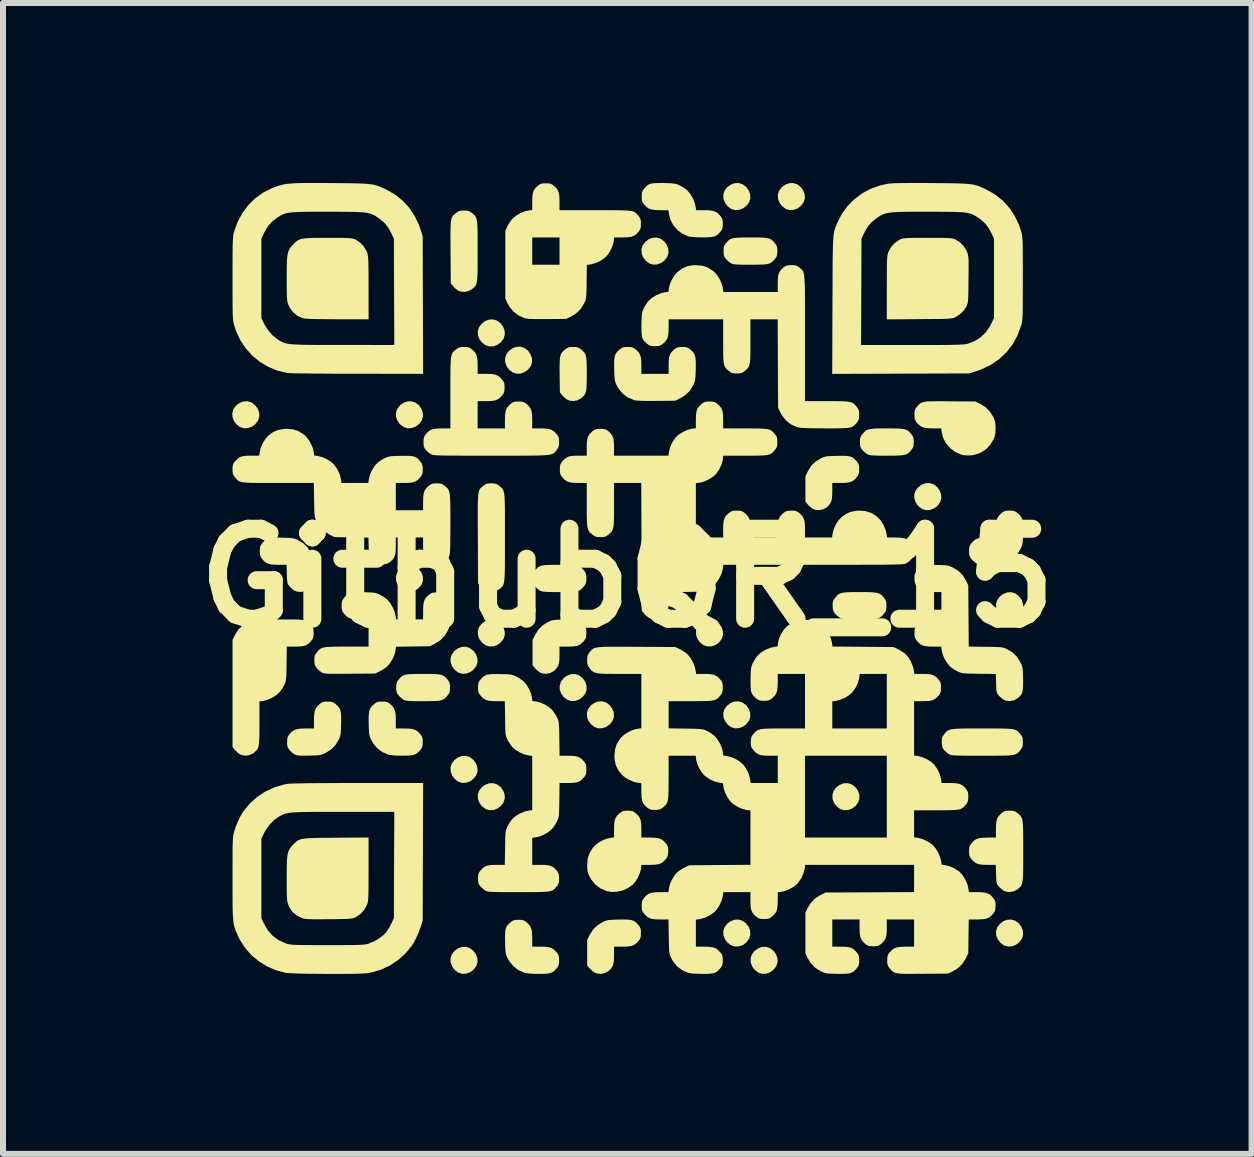
<source format=kicad_pcb>
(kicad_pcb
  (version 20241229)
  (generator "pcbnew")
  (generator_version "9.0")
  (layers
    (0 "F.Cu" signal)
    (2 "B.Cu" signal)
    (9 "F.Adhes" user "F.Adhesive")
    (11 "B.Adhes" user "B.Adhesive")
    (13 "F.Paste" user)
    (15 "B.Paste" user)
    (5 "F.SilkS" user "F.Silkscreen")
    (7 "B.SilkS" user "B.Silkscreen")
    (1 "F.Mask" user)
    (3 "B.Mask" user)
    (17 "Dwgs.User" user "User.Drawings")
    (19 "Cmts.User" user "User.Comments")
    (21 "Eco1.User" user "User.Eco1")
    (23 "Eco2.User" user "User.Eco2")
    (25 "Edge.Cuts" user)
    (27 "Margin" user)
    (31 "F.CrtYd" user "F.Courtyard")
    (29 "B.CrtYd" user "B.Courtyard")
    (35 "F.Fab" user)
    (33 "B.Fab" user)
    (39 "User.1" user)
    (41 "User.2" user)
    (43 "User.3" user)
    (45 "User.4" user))
  (footprint "GithubQR_15"
    (layer "F.Cu")
    (at 7.407 6.586)
    (property "Reference" "GithubQR_15" (at 0 0 0) (layer "F.SilkS") (effects (font (size 1.5 1.5) (thickness 0.3))))
    (attr board_only exclude_from_pos_files exclude_from_bom)
    (fp_poly (pts (xy -6.267 -2.928) (xy -6.263 -2.926) (xy -6.204 -2.881) (xy -6.161 -2.824) (xy -6.137 -2.759) (xy -6.134 -2.692) (xy -6.153 -2.629) (xy -6.156 -2.625) (xy -6.201 -2.566) (xy -6.258 -2.523) (xy -6.323 -2.5) (xy -6.389 -2.496) (xy -6.453 -2.516) (xy -6.457 -2.518) (xy -6.516 -2.563) (xy -6.558 -2.62) (xy -6.582 -2.685) (xy -6.585 -2.751) (xy -6.566 -2.815) (xy -6.564 -2.819) (xy -6.519 -2.878) (xy -6.461 -2.92) (xy -6.397 -2.944) (xy -6.33 -2.947)) (stroke (width 0) (type solid)) (fill yes) (layer "F.SilkS"))
    (fp_poly (pts (xy -3.538 -2.928) (xy -3.534 -2.926) (xy -3.475 -2.881) (xy -3.433 -2.824) (xy -3.409 -2.759) (xy -3.406 -2.692) (xy -3.425 -2.629) (xy -3.427 -2.625) (xy -3.472 -2.566) (xy -3.53 -2.523) (xy -3.594 -2.5) (xy -3.661 -2.496) (xy -3.724 -2.516) (xy -3.728 -2.518) (xy -3.788 -2.563) (xy -3.83 -2.62) (xy -3.854 -2.685) (xy -3.857 -2.751) (xy -3.838 -2.815) (xy -3.835 -2.819) (xy -3.791 -2.878) (xy -3.733 -2.92) (xy -3.668 -2.944) (xy -3.602 -2.947)) (stroke (width 0) (type solid)) (fill yes) (layer "F.SilkS"))
    (fp_poly (pts (xy -3.538 -0.2) (xy -3.534 -0.198) (xy -3.475 -0.153) (xy -3.433 -0.095) (xy -3.409 -0.031) (xy -3.406 0.036) (xy -3.425 0.099) (xy -3.427 0.104) (xy -3.472 0.163) (xy -3.53 0.205) (xy -3.594 0.229) (xy -3.661 0.232) (xy -3.724 0.213) (xy -3.728 0.211) (xy -3.788 0.166) (xy -3.83 0.108) (xy -3.854 0.044) (xy -3.857 -0.023) (xy -3.838 -0.086) (xy -3.835 -0.091) (xy -3.791 -0.15) (xy -3.733 -0.192) (xy -3.668 -0.216) (xy -3.602 -0.219)) (stroke (width 0) (type solid)) (fill yes) (layer "F.SilkS"))
    (fp_poly (pts (xy -2.629 1.164) (xy -2.625 1.167) (xy -2.566 1.212) (xy -2.523 1.269) (xy -2.5 1.334) (xy -2.496 1.4) (xy -2.516 1.464) (xy -2.518 1.468) (xy -2.563 1.527) (xy -2.62 1.569) (xy -2.685 1.593) (xy -2.751 1.596) (xy -2.815 1.577) (xy -2.819 1.575) (xy -2.878 1.53) (xy -2.92 1.472) (xy -2.944 1.408) (xy -2.947 1.341) (xy -2.928 1.278) (xy -2.926 1.274) (xy -2.881 1.214) (xy -2.824 1.172) (xy -2.759 1.148) (xy -2.692 1.145)) (stroke (width 0) (type solid)) (fill yes) (layer "F.SilkS"))
    (fp_poly (pts (xy -2.629 2.983) (xy -2.625 2.986) (xy -2.566 3.03) (xy -2.523 3.088) (xy -2.5 3.153) (xy -2.496 3.219) (xy -2.516 3.283) (xy -2.518 3.287) (xy -2.563 3.346) (xy -2.62 3.388) (xy -2.685 3.412) (xy -2.751 3.415) (xy -2.815 3.396) (xy -2.819 3.394) (xy -2.878 3.349) (xy -2.92 3.291) (xy -2.944 3.227) (xy -2.947 3.16) (xy -2.928 3.097) (xy -2.926 3.092) (xy -2.881 3.033) (xy -2.824 2.991) (xy -2.759 2.967) (xy -2.692 2.964)) (stroke (width 0) (type solid)) (fill yes) (layer "F.SilkS"))
    (fp_poly (pts (xy -2.629 6.166) (xy -2.625 6.169) (xy -2.566 6.214) (xy -2.523 6.271) (xy -2.5 6.336) (xy -2.496 6.402) (xy -2.516 6.466) (xy -2.518 6.47) (xy -2.563 6.529) (xy -2.62 6.571) (xy -2.685 6.595) (xy -2.751 6.598) (xy -2.815 6.579) (xy -2.819 6.577) (xy -2.878 6.532) (xy -2.92 6.474) (xy -2.944 6.41) (xy -2.947 6.343) (xy -2.928 6.28) (xy -2.926 6.276) (xy -2.881 6.217) (xy -2.824 6.174) (xy -2.759 6.15) (xy -2.692 6.147)) (stroke (width 0) (type solid)) (fill yes) (layer "F.SilkS"))
    (fp_poly (pts (xy -2.174 -4.292) (xy -2.17 -4.29) (xy -2.111 -4.245) (xy -2.069 -4.188) (xy -2.045 -4.123) (xy -2.042 -4.057) (xy -2.061 -3.993) (xy -2.063 -3.989) (xy -2.108 -3.93) (xy -2.165 -3.888) (xy -2.23 -3.864) (xy -2.297 -3.861) (xy -2.36 -3.88) (xy -2.364 -3.882) (xy -2.423 -3.927) (xy -2.466 -3.984) (xy -2.489 -4.049) (xy -2.493 -4.116) (xy -2.473 -4.179) (xy -2.471 -4.183) (xy -2.426 -4.242) (xy -2.369 -4.285) (xy -2.304 -4.308) (xy -2.238 -4.312)) (stroke (width 0) (type solid)) (fill yes) (layer "F.SilkS"))
    (fp_poly (pts (xy -2.174 0.71) (xy -2.17 0.712) (xy -2.111 0.757) (xy -2.069 0.814) (xy -2.045 0.879) (xy -2.042 0.946) (xy -2.061 1.009) (xy -2.063 1.013) (xy -2.108 1.072) (xy -2.165 1.115) (xy -2.23 1.138) (xy -2.297 1.141) (xy -2.36 1.122) (xy -2.364 1.12) (xy -2.423 1.075) (xy -2.466 1.018) (xy -2.489 0.953) (xy -2.493 0.886) (xy -2.473 0.823) (xy -2.471 0.819) (xy -2.426 0.76) (xy -2.369 0.717) (xy -2.304 0.694) (xy -2.238 0.69)) (stroke (width 0) (type solid)) (fill yes) (layer "F.SilkS"))
    (fp_poly (pts (xy -2.174 3.438) (xy -2.17 3.44) (xy -2.111 3.485) (xy -2.069 3.543) (xy -2.045 3.607) (xy -2.042 3.674) (xy -2.061 3.737) (xy -2.063 3.741) (xy -2.108 3.801) (xy -2.165 3.843) (xy -2.23 3.867) (xy -2.297 3.87) (xy -2.36 3.851) (xy -2.364 3.848) (xy -2.423 3.804) (xy -2.466 3.746) (xy -2.489 3.681) (xy -2.493 3.615) (xy -2.473 3.551) (xy -2.471 3.547) (xy -2.426 3.488) (xy -2.369 3.446) (xy -2.304 3.422) (xy -2.238 3.419)) (stroke (width 0) (type solid)) (fill yes) (layer "F.SilkS"))
    (fp_poly (pts (xy -1.72 -3.838) (xy -1.715 -3.835) (xy -1.656 -3.791) (xy -1.614 -3.733) (xy -1.59 -3.668) (xy -1.587 -3.602) (xy -1.606 -3.538) (xy -1.608 -3.534) (xy -1.653 -3.475) (xy -1.711 -3.433) (xy -1.775 -3.409) (xy -1.842 -3.406) (xy -1.905 -3.425) (xy -1.91 -3.427) (xy -1.969 -3.472) (xy -2.011 -3.53) (xy -2.035 -3.594) (xy -2.038 -3.661) (xy -2.019 -3.724) (xy -2.016 -3.728) (xy -1.972 -3.788) (xy -1.914 -3.83) (xy -1.849 -3.854) (xy -1.783 -3.857)) (stroke (width 0) (type solid)) (fill yes) (layer "F.SilkS"))
    (fp_poly (pts (xy -0.81 1.619) (xy -0.806 1.621) (xy -0.747 1.666) (xy -0.704 1.724) (xy -0.681 1.788) (xy -0.677 1.855) (xy -0.697 1.918) (xy -0.699 1.923) (xy -0.744 1.982) (xy -0.801 2.024) (xy -0.866 2.048) (xy -0.933 2.051) (xy -0.996 2.032) (xy -1 2.029) (xy -1.059 1.985) (xy -1.102 1.927) (xy -1.125 1.862) (xy -1.128 1.796) (xy -1.109 1.733) (xy -1.107 1.728) (xy -1.062 1.669) (xy -1.005 1.627) (xy -0.94 1.603) (xy -0.873 1.6)) (stroke (width 0) (type solid)) (fill yes) (layer "F.SilkS"))
    (fp_poly (pts (xy -0.355 2.074) (xy -0.351 2.076) (xy -0.292 2.121) (xy -0.25 2.178) (xy -0.226 2.243) (xy -0.223 2.31) (xy -0.242 2.373) (xy -0.244 2.377) (xy -0.289 2.436) (xy -0.346 2.479) (xy -0.411 2.502) (xy -0.478 2.506) (xy -0.541 2.486) (xy -0.545 2.484) (xy -0.604 2.439) (xy -0.647 2.382) (xy -0.67 2.317) (xy -0.674 2.251) (xy -0.655 2.187) (xy -0.652 2.183) (xy -0.607 2.124) (xy -0.55 2.082) (xy -0.485 2.058) (xy -0.419 2.055)) (stroke (width 0) (type solid)) (fill yes) (layer "F.SilkS"))
    (fp_poly (pts (xy 0.554 -5.657) (xy 0.558 -5.654) (xy 0.617 -5.609) (xy 0.66 -5.552) (xy 0.683 -5.487) (xy 0.687 -5.421) (xy 0.668 -5.357) (xy 0.665 -5.353) (xy 0.62 -5.294) (xy 0.563 -5.252) (xy 0.498 -5.228) (xy 0.432 -5.225) (xy 0.368 -5.244) (xy 0.364 -5.246) (xy 0.305 -5.291) (xy 0.263 -5.349) (xy 0.239 -5.413) (xy 0.236 -5.48) (xy 0.255 -5.543) (xy 0.257 -5.547) (xy 0.302 -5.606) (xy 0.359 -5.649) (xy 0.424 -5.673) (xy 0.491 -5.676)) (stroke (width 0) (type solid)) (fill yes) (layer "F.SilkS"))
    (fp_poly (pts (xy 1.464 0.71) (xy 1.468 0.712) (xy 1.527 0.757) (xy 1.569 0.814) (xy 1.593 0.879) (xy 1.596 0.946) (xy 1.577 1.009) (xy 1.575 1.013) (xy 1.53 1.072) (xy 1.472 1.115) (xy 1.408 1.138) (xy 1.341 1.141) (xy 1.278 1.122) (xy 1.274 1.12) (xy 1.214 1.075) (xy 1.172 1.018) (xy 1.148 0.953) (xy 1.145 0.886) (xy 1.164 0.823) (xy 1.167 0.819) (xy 1.212 0.76) (xy 1.269 0.717) (xy 1.334 0.694) (xy 1.4 0.69)) (stroke (width 0) (type solid)) (fill yes) (layer "F.SilkS"))
    (fp_poly (pts (xy 1.918 -6.566) (xy 1.923 -6.564) (xy 1.982 -6.519) (xy 2.024 -6.461) (xy 2.048 -6.397) (xy 2.051 -6.33) (xy 2.032 -6.267) (xy 2.029 -6.263) (xy 1.985 -6.204) (xy 1.927 -6.161) (xy 1.862 -6.137) (xy 1.796 -6.134) (xy 1.733 -6.153) (xy 1.728 -6.156) (xy 1.669 -6.201) (xy 1.627 -6.258) (xy 1.603 -6.323) (xy 1.6 -6.389) (xy 1.619 -6.453) (xy 1.621 -6.457) (xy 1.666 -6.516) (xy 1.724 -6.558) (xy 1.788 -6.582) (xy 1.855 -6.585)) (stroke (width 0) (type solid)) (fill yes) (layer "F.SilkS"))
    (fp_poly (pts (xy 1.918 2.074) (xy 1.923 2.076) (xy 1.982 2.121) (xy 2.024 2.178) (xy 2.048 2.243) (xy 2.051 2.31) (xy 2.032 2.373) (xy 2.029 2.377) (xy 1.985 2.436) (xy 1.927 2.479) (xy 1.862 2.502) (xy 1.796 2.506) (xy 1.733 2.486) (xy 1.728 2.484) (xy 1.669 2.439) (xy 1.627 2.382) (xy 1.603 2.317) (xy 1.6 2.251) (xy 1.619 2.187) (xy 1.621 2.183) (xy 1.666 2.124) (xy 1.724 2.082) (xy 1.788 2.058) (xy 1.855 2.055)) (stroke (width 0) (type solid)) (fill yes) (layer "F.SilkS"))
    (fp_poly (pts (xy 1.918 5.712) (xy 1.923 5.714) (xy 1.982 5.759) (xy 2.024 5.816) (xy 2.048 5.881) (xy 2.051 5.948) (xy 2.032 6.011) (xy 2.029 6.015) (xy 1.985 6.074) (xy 1.927 6.117) (xy 1.862 6.14) (xy 1.796 6.143) (xy 1.733 6.124) (xy 1.728 6.122) (xy 1.669 6.077) (xy 1.627 6.02) (xy 1.603 5.955) (xy 1.6 5.888) (xy 1.619 5.825) (xy 1.621 5.821) (xy 1.666 5.762) (xy 1.724 5.719) (xy 1.788 5.696) (xy 1.855 5.693)) (stroke (width 0) (type solid)) (fill yes) (layer "F.SilkS"))
    (fp_poly (pts (xy 2.373 6.166) (xy 2.377 6.169) (xy 2.436 6.214) (xy 2.479 6.271) (xy 2.502 6.336) (xy 2.506 6.402) (xy 2.486 6.466) (xy 2.484 6.47) (xy 2.439 6.529) (xy 2.382 6.571) (xy 2.317 6.595) (xy 2.251 6.598) (xy 2.187 6.579) (xy 2.183 6.577) (xy 2.124 6.532) (xy 2.082 6.474) (xy 2.058 6.41) (xy 2.055 6.343) (xy 2.074 6.28) (xy 2.076 6.276) (xy 2.121 6.217) (xy 2.178 6.174) (xy 2.243 6.15) (xy 2.31 6.147)) (stroke (width 0) (type solid)) (fill yes) (layer "F.SilkS"))
    (fp_poly (pts (xy 2.828 -6.566) (xy 2.832 -6.564) (xy 2.891 -6.519) (xy 2.933 -6.461) (xy 2.957 -6.397) (xy 2.96 -6.33) (xy 2.941 -6.267) (xy 2.939 -6.263) (xy 2.894 -6.204) (xy 2.837 -6.161) (xy 2.772 -6.137) (xy 2.705 -6.134) (xy 2.642 -6.153) (xy 2.638 -6.156) (xy 2.579 -6.201) (xy 2.536 -6.258) (xy 2.513 -6.323) (xy 2.509 -6.389) (xy 2.529 -6.453) (xy 2.531 -6.457) (xy 2.576 -6.516) (xy 2.633 -6.558) (xy 2.698 -6.582) (xy 2.764 -6.585)) (stroke (width 0) (type solid)) (fill yes) (layer "F.SilkS"))
    (fp_poly (pts (xy 3.737 3.438) (xy 3.741 3.44) (xy 3.801 3.485) (xy 3.843 3.543) (xy 3.867 3.607) (xy 3.87 3.674) (xy 3.851 3.737) (xy 3.848 3.741) (xy 3.804 3.801) (xy 3.746 3.843) (xy 3.681 3.867) (xy 3.615 3.87) (xy 3.551 3.851) (xy 3.547 3.848) (xy 3.488 3.804) (xy 3.446 3.746) (xy 3.422 3.681) (xy 3.419 3.615) (xy 3.438 3.551) (xy 3.44 3.547) (xy 3.485 3.488) (xy 3.543 3.446) (xy 3.607 3.422) (xy 3.674 3.419)) (stroke (width 0) (type solid)) (fill yes) (layer "F.SilkS"))
    (fp_poly (pts (xy 5.101 -1.564) (xy 5.106 -1.562) (xy 5.165 -1.517) (xy 5.207 -1.459) (xy 5.231 -1.395) (xy 5.234 -1.328) (xy 5.215 -1.265) (xy 5.213 -1.261) (xy 5.168 -1.201) (xy 5.11 -1.159) (xy 5.046 -1.135) (xy 4.979 -1.132) (xy 4.916 -1.151) (xy 4.911 -1.154) (xy 4.852 -1.199) (xy 4.81 -1.256) (xy 4.786 -1.321) (xy 4.783 -1.387) (xy 4.802 -1.451) (xy 4.804 -1.455) (xy 4.849 -1.514) (xy 4.907 -1.556) (xy 4.971 -1.58) (xy 5.038 -1.583)) (stroke (width 0) (type solid)) (fill yes) (layer "F.SilkS"))
    (fp_poly (pts (xy 6.466 0.255) (xy 6.47 0.257) (xy 6.529 0.302) (xy 6.571 0.359) (xy 6.595 0.424) (xy 6.598 0.491) (xy 6.579 0.554) (xy 6.577 0.558) (xy 6.532 0.617) (xy 6.474 0.66) (xy 6.41 0.683) (xy 6.343 0.687) (xy 6.28 0.668) (xy 6.276 0.665) (xy 6.217 0.62) (xy 6.174 0.563) (xy 6.15 0.498) (xy 6.147 0.432) (xy 6.166 0.368) (xy 6.169 0.364) (xy 6.214 0.305) (xy 6.271 0.263) (xy 6.336 0.239) (xy 6.402 0.236)) (stroke (width 0) (type solid)) (fill yes) (layer "F.SilkS"))
    (fp_poly (pts (xy 6.466 5.712) (xy 6.47 5.714) (xy 6.529 5.759) (xy 6.571 5.816) (xy 6.595 5.881) (xy 6.598 5.948) (xy 6.579 6.011) (xy 6.577 6.015) (xy 6.532 6.074) (xy 6.474 6.117) (xy 6.41 6.14) (xy 6.343 6.143) (xy 6.28 6.124) (xy 6.276 6.122) (xy 6.217 6.077) (xy 6.174 6.02) (xy 6.15 5.955) (xy 6.147 5.888) (xy 6.166 5.825) (xy 6.169 5.821) (xy 6.214 5.762) (xy 6.271 5.719) (xy 6.336 5.696) (xy 6.402 5.693)) (stroke (width 0) (type solid)) (fill yes) (layer "F.SilkS"))
    (fp_poly (pts (xy -0.854 -3.851) (xy -0.821 -3.843) (xy -0.792 -3.828) (xy -0.772 -3.813) (xy -0.743 -3.788) (xy -0.72 -3.763) (xy -0.703 -3.737) (xy -0.691 -3.703) (xy -0.683 -3.66) (xy -0.678 -3.603) (xy -0.676 -3.528) (xy -0.676 -3.432) (xy -0.676 -3.404) (xy -0.676 -3.302) (xy -0.678 -3.222) (xy -0.681 -3.161) (xy -0.688 -3.114) (xy -0.699 -3.079) (xy -0.715 -3.051) (xy -0.736 -3.027) (xy -0.764 -3.002) (xy -0.771 -2.996) (xy -0.829 -2.964) (xy -0.895 -2.951) (xy -0.961 -2.957) (xy -1 -2.973) (xy -1.037 -2.999) (xy -1.075 -3.035) (xy -1.085 -3.046) (xy -1.124 -3.095) (xy -1.128 -3.389) (xy -1.129 -3.493) (xy -1.128 -3.575) (xy -1.125 -3.638) (xy -1.12 -3.686) (xy -1.11 -3.722) (xy -1.096 -3.751) (xy -1.076 -3.775) (xy -1.05 -3.799) (xy -1.034 -3.813) (xy -1.002 -3.835) (xy -0.973 -3.847) (xy -0.935 -3.852) (xy -0.903 -3.852)) (stroke (width 0) (type solid)) (fill yes) (layer "F.SilkS"))
    (fp_poly (pts (xy -0.891 0.693) (xy -0.841 0.7) (xy -0.803 0.713) (xy -0.771 0.733) (xy -0.741 0.762) (xy -0.721 0.785) (xy -0.699 0.816) (xy -0.687 0.846) (xy -0.683 0.884) (xy -0.682 0.916) (xy -0.684 0.965) (xy -0.691 0.998) (xy -0.707 1.027) (xy -0.721 1.047) (xy -0.758 1.086) (xy -0.795 1.114) (xy -0.839 1.131) (xy -0.896 1.14) (xy -0.971 1.143) (xy -0.99 1.143) (xy -1.13 1.143) (xy -1.13 1.283) (xy -1.132 1.364) (xy -1.14 1.424) (xy -1.155 1.47) (xy -1.181 1.508) (xy -1.217 1.544) (xy -1.226 1.551) (xy -1.284 1.583) (xy -1.35 1.597) (xy -1.416 1.59) (xy -1.455 1.575) (xy -1.492 1.548) (xy -1.529 1.513) (xy -1.539 1.501) (xy -1.579 1.453) (xy -1.579 1.242) (xy -1.579 1.032) (xy -1.536 0.946) (xy -1.479 0.855) (xy -1.405 0.784) (xy -1.314 0.729) (xy -1.283 0.716) (xy -1.255 0.706) (xy -1.222 0.7) (xy -1.181 0.696) (xy -1.124 0.693) (xy -1.048 0.691) (xy -1.046 0.691) (xy -0.958 0.69)) (stroke (width 0) (type solid)) (fill yes) (layer "F.SilkS"))
    (fp_poly (pts (xy 0.018 5.695) (xy 0.068 5.702) (xy 0.107 5.715) (xy 0.139 5.735) (xy 0.168 5.764) (xy 0.188 5.787) (xy 0.21 5.819) (xy 0.222 5.848) (xy 0.227 5.886) (xy 0.227 5.918) (xy 0.226 5.967) (xy 0.219 6) (xy 0.203 6.029) (xy 0.188 6.049) (xy 0.152 6.088) (xy 0.114 6.116) (xy 0.07 6.133) (xy 0.013 6.142) (xy -0.062 6.145) (xy -0.081 6.145) (xy -0.221 6.145) (xy -0.221 6.285) (xy -0.223 6.366) (xy -0.231 6.426) (xy -0.246 6.472) (xy -0.271 6.511) (xy -0.308 6.546) (xy -0.316 6.553) (xy -0.374 6.585) (xy -0.441 6.599) (xy -0.507 6.592) (xy -0.545 6.577) (xy -0.582 6.55) (xy -0.62 6.515) (xy -0.63 6.503) (xy -0.669 6.455) (xy -0.669 6.245) (xy -0.669 6.034) (xy -0.627 5.948) (xy -0.569 5.858) (xy -0.495 5.786) (xy -0.404 5.731) (xy -0.374 5.718) (xy -0.345 5.708) (xy -0.313 5.702) (xy -0.271 5.698) (xy -0.215 5.695) (xy -0.138 5.693) (xy -0.136 5.693) (xy -0.049 5.692)) (stroke (width 0) (type solid)) (fill yes) (layer "F.SilkS"))
    (fp_poly (pts (xy 3.656 -2.036) (xy 3.706 -2.029) (xy 3.745 -2.016) (xy 3.776 -1.996) (xy 3.806 -1.966) (xy 3.826 -1.943) (xy 3.848 -1.912) (xy 3.86 -1.882) (xy 3.865 -1.844) (xy 3.865 -1.812) (xy 3.864 -1.764) (xy 3.856 -1.73) (xy 3.841 -1.701) (xy 3.826 -1.682) (xy 3.79 -1.642) (xy 3.752 -1.615) (xy 3.708 -1.597) (xy 3.651 -1.588) (xy 3.576 -1.585) (xy 3.557 -1.585) (xy 3.417 -1.585) (xy 3.417 -1.445) (xy 3.415 -1.365) (xy 3.407 -1.304) (xy 3.392 -1.258) (xy 3.367 -1.22) (xy 3.33 -1.184) (xy 3.322 -1.177) (xy 3.264 -1.145) (xy 3.197 -1.132) (xy 3.131 -1.138) (xy 3.092 -1.154) (xy 3.056 -1.18) (xy 3.018 -1.216) (xy 3.008 -1.227) (xy 2.969 -1.276) (xy 2.969 -1.486) (xy 2.969 -1.696) (xy 3.011 -1.782) (xy 3.068 -1.873) (xy 3.143 -1.945) (xy 3.234 -1.999) (xy 3.264 -2.013) (xy 3.293 -2.022) (xy 3.325 -2.029) (xy 3.367 -2.033) (xy 3.423 -2.035) (xy 3.5 -2.037) (xy 3.501 -2.037) (xy 3.589 -2.038)) (stroke (width 0) (type solid)) (fill yes) (layer "F.SilkS"))
    (fp_poly (pts (xy -3.302 1.598) (xy -3.222 1.6) (xy -3.161 1.604) (xy -3.114 1.611) (xy -3.079 1.622) (xy -3.051 1.637) (xy -3.026 1.659) (xy -3.002 1.687) (xy -2.995 1.695) (xy -2.973 1.726) (xy -2.961 1.755) (xy -2.956 1.794) (xy -2.956 1.825) (xy -2.957 1.874) (xy -2.964 1.908) (xy -2.98 1.937) (xy -2.995 1.956) (xy -3.02 1.986) (xy -3.045 2.009) (xy -3.071 2.026) (xy -3.105 2.038) (xy -3.148 2.046) (xy -3.205 2.05) (xy -3.28 2.052) (xy -3.376 2.053) (xy -3.404 2.053) (xy -3.498 2.053) (xy -3.57 2.052) (xy -3.624 2.05) (xy -3.663 2.047) (xy -3.691 2.043) (xy -3.712 2.037) (xy -3.729 2.029) (xy -3.765 2.003) (xy -3.803 1.968) (xy -3.813 1.956) (xy -3.835 1.925) (xy -3.847 1.895) (xy -3.852 1.857) (xy -3.852 1.825) (xy -3.851 1.777) (xy -3.843 1.743) (xy -3.828 1.714) (xy -3.813 1.695) (xy -3.788 1.665) (xy -3.763 1.642) (xy -3.737 1.625) (xy -3.703 1.613) (xy -3.66 1.605) (xy -3.603 1.601) (xy -3.528 1.599) (xy -3.432 1.598) (xy -3.404 1.598)) (stroke (width 0) (type solid)) (fill yes) (layer "F.SilkS"))
    (fp_poly (pts (xy -2.673 -6.124) (xy -2.64 -6.117) (xy -2.611 -6.101) (xy -2.591 -6.087) (xy -2.568 -6.068) (xy -2.549 -6.05) (xy -2.533 -6.031) (xy -2.521 -6.009) (xy -2.512 -5.981) (xy -2.505 -5.943) (xy -2.5 -5.894) (xy -2.497 -5.831) (xy -2.495 -5.752) (xy -2.495 -5.653) (xy -2.495 -5.532) (xy -2.495 -5.45) (xy -2.495 -5.316) (xy -2.495 -5.204) (xy -2.496 -5.114) (xy -2.498 -5.041) (xy -2.502 -4.984) (xy -2.507 -4.941) (xy -2.515 -4.907) (xy -2.525 -4.882) (xy -2.539 -4.861) (xy -2.556 -4.844) (xy -2.576 -4.826) (xy -2.59 -4.815) (xy -2.648 -4.783) (xy -2.714 -4.77) (xy -2.78 -4.776) (xy -2.819 -4.791) (xy -2.856 -4.818) (xy -2.894 -4.853) (xy -2.903 -4.865) (xy -2.943 -4.913) (xy -2.946 -5.435) (xy -2.947 -5.572) (xy -2.948 -5.685) (xy -2.947 -5.777) (xy -2.946 -5.851) (xy -2.943 -5.91) (xy -2.938 -5.955) (xy -2.931 -5.989) (xy -2.921 -6.015) (xy -2.908 -6.036) (xy -2.891 -6.054) (xy -2.871 -6.071) (xy -2.852 -6.087) (xy -2.821 -6.109) (xy -2.792 -6.121) (xy -2.754 -6.125) (xy -2.722 -6.126)) (stroke (width 0) (type solid)) (fill yes) (layer "F.SilkS"))
    (fp_poly (pts (xy -1.028 -0.221) (xy -0.949 -0.219) (xy -0.887 -0.215) (xy -0.841 -0.208) (xy -0.805 -0.197) (xy -0.777 -0.182) (xy -0.753 -0.16) (xy -0.728 -0.132) (xy -0.721 -0.124) (xy -0.699 -0.093) (xy -0.687 -0.064) (xy -0.683 -0.025) (xy -0.682 0.006) (xy -0.684 0.055) (xy -0.691 0.089) (xy -0.707 0.118) (xy -0.721 0.137) (xy -0.747 0.167) (xy -0.771 0.19) (xy -0.798 0.207) (xy -0.831 0.219) (xy -0.874 0.227) (xy -0.932 0.231) (xy -1.006 0.233) (xy -1.102 0.234) (xy -1.13 0.234) (xy -1.225 0.234) (xy -1.297 0.233) (xy -1.35 0.231) (xy -1.389 0.228) (xy -1.417 0.224) (xy -1.438 0.218) (xy -1.455 0.21) (xy -1.492 0.184) (xy -1.529 0.149) (xy -1.539 0.137) (xy -1.562 0.106) (xy -1.574 0.077) (xy -1.578 0.038) (xy -1.579 0.006) (xy -1.577 -0.042) (xy -1.57 -0.076) (xy -1.554 -0.105) (xy -1.539 -0.124) (xy -1.514 -0.154) (xy -1.49 -0.177) (xy -1.463 -0.194) (xy -1.43 -0.206) (xy -1.386 -0.214) (xy -1.329 -0.218) (xy -1.254 -0.22) (xy -1.158 -0.221) (xy -1.13 -0.221)) (stroke (width 0) (type solid)) (fill yes) (layer "F.SilkS"))
    (fp_poly (pts (xy 2.155 -5.677) (xy 2.235 -5.676) (xy 2.296 -5.672) (xy 2.342 -5.665) (xy 2.378 -5.654) (xy 2.406 -5.638) (xy 2.43 -5.617) (xy 2.455 -5.589) (xy 2.462 -5.581) (xy 2.484 -5.55) (xy 2.496 -5.52) (xy 2.501 -5.482) (xy 2.501 -5.45) (xy 2.499 -5.401) (xy 2.492 -5.368) (xy 2.477 -5.339) (xy 2.462 -5.32) (xy 2.436 -5.29) (xy 2.412 -5.267) (xy 2.385 -5.25) (xy 2.352 -5.238) (xy 2.309 -5.23) (xy 2.252 -5.226) (xy 2.177 -5.224) (xy 2.081 -5.223) (xy 2.053 -5.223) (xy 1.959 -5.223) (xy 1.887 -5.224) (xy 1.833 -5.226) (xy 1.794 -5.229) (xy 1.766 -5.233) (xy 1.745 -5.239) (xy 1.728 -5.247) (xy 1.691 -5.273) (xy 1.654 -5.308) (xy 1.644 -5.32) (xy 1.621 -5.351) (xy 1.61 -5.38) (xy 1.605 -5.419) (xy 1.605 -5.45) (xy 1.606 -5.499) (xy 1.613 -5.533) (xy 1.629 -5.561) (xy 1.644 -5.581) (xy 1.669 -5.611) (xy 1.693 -5.634) (xy 1.72 -5.651) (xy 1.753 -5.663) (xy 1.797 -5.67) (xy 1.854 -5.675) (xy 1.929 -5.677) (xy 2.025 -5.678) (xy 2.053 -5.678)) (stroke (width 0) (type solid)) (fill yes) (layer "F.SilkS"))
    (fp_poly (pts (xy 3.974 0.234) (xy 4.053 0.236) (xy 4.115 0.24) (xy 4.161 0.247) (xy 4.197 0.257) (xy 4.225 0.273) (xy 4.249 0.294) (xy 4.274 0.322) (xy 4.281 0.331) (xy 4.303 0.362) (xy 4.315 0.391) (xy 4.319 0.43) (xy 4.32 0.461) (xy 4.318 0.51) (xy 4.311 0.544) (xy 4.295 0.572) (xy 4.281 0.592) (xy 4.255 0.622) (xy 4.231 0.645) (xy 4.204 0.662) (xy 4.171 0.674) (xy 4.128 0.681) (xy 4.071 0.686) (xy 3.996 0.688) (xy 3.9 0.689) (xy 3.872 0.689) (xy 3.777 0.688) (xy 3.705 0.688) (xy 3.652 0.686) (xy 3.613 0.683) (xy 3.585 0.678) (xy 3.564 0.672) (xy 3.547 0.664) (xy 3.51 0.639) (xy 3.473 0.603) (xy 3.463 0.592) (xy 3.44 0.561) (xy 3.429 0.531) (xy 3.424 0.493) (xy 3.423 0.461) (xy 3.425 0.412) (xy 3.432 0.379) (xy 3.448 0.35) (xy 3.463 0.331) (xy 3.488 0.301) (xy 3.512 0.278) (xy 3.539 0.261) (xy 3.572 0.249) (xy 3.616 0.241) (xy 3.673 0.237) (xy 3.748 0.234) (xy 3.844 0.234) (xy 3.872 0.234)) (stroke (width 0) (type solid)) (fill yes) (layer "F.SilkS"))
    (fp_poly (pts (xy 4.428 -2.494) (xy 4.508 -2.493) (xy 4.569 -2.489) (xy 4.616 -2.482) (xy 4.651 -2.471) (xy 4.679 -2.455) (xy 4.704 -2.434) (xy 4.729 -2.406) (xy 4.735 -2.398) (xy 4.758 -2.367) (xy 4.77 -2.337) (xy 4.774 -2.299) (xy 4.775 -2.267) (xy 4.773 -2.218) (xy 4.766 -2.185) (xy 4.75 -2.156) (xy 4.735 -2.137) (xy 4.71 -2.107) (xy 4.686 -2.084) (xy 4.659 -2.067) (xy 4.626 -2.055) (xy 4.582 -2.047) (xy 4.525 -2.043) (xy 4.451 -2.04) (xy 4.354 -2.04) (xy 4.326 -2.04) (xy 4.232 -2.04) (xy 4.16 -2.041) (xy 4.107 -2.043) (xy 4.068 -2.046) (xy 4.04 -2.05) (xy 4.019 -2.056) (xy 4.002 -2.064) (xy 3.965 -2.09) (xy 3.928 -2.125) (xy 3.918 -2.137) (xy 3.895 -2.168) (xy 3.883 -2.197) (xy 3.879 -2.236) (xy 3.878 -2.267) (xy 3.88 -2.316) (xy 3.887 -2.349) (xy 3.903 -2.378) (xy 3.918 -2.398) (xy 3.943 -2.428) (xy 3.967 -2.45) (xy 3.994 -2.468) (xy 4.027 -2.479) (xy 4.07 -2.487) (xy 4.128 -2.492) (xy 4.202 -2.494) (xy 4.298 -2.495) (xy 4.326 -2.495)) (stroke (width 0) (type solid)) (fill yes) (layer "F.SilkS"))
    (fp_poly (pts (xy 5.314 -2.947) (xy 5.379 -2.946) (xy 5.801 -2.943) (xy 5.874 -2.909) (xy 5.967 -2.853) (xy 6.041 -2.78) (xy 6.097 -2.692) (xy 6.118 -2.645) (xy 6.131 -2.606) (xy 6.137 -2.565) (xy 6.139 -2.51) (xy 6.139 -2.495) (xy 6.137 -2.433) (xy 6.132 -2.387) (xy 6.12 -2.346) (xy 6.105 -2.311) (xy 6.047 -2.217) (xy 5.973 -2.141) (xy 5.885 -2.086) (xy 5.785 -2.053) (xy 5.713 -2.044) (xy 5.645 -2.045) (xy 5.586 -2.052) (xy 5.564 -2.058) (xy 5.465 -2.103) (xy 5.38 -2.167) (xy 5.312 -2.246) (xy 5.265 -2.338) (xy 5.241 -2.433) (xy 5.233 -2.495) (xy 5.094 -2.495) (xy 5.014 -2.497) (xy 4.954 -2.505) (xy 4.908 -2.52) (xy 4.87 -2.546) (xy 4.833 -2.584) (xy 4.827 -2.591) (xy 4.805 -2.622) (xy 4.793 -2.652) (xy 4.788 -2.69) (xy 4.788 -2.722) (xy 4.789 -2.771) (xy 4.796 -2.804) (xy 4.812 -2.833) (xy 4.827 -2.852) (xy 4.848 -2.878) (xy 4.867 -2.899) (xy 4.888 -2.915) (xy 4.913 -2.927) (xy 4.945 -2.936) (xy 4.987 -2.942) (xy 5.043 -2.946) (xy 5.113 -2.947) (xy 5.203 -2.948)) (stroke (width 0) (type solid)) (fill yes) (layer "F.SilkS"))
    (fp_poly (pts (xy -4.037 2.061) (xy -4.004 2.068) (xy -3.975 2.084) (xy -3.955 2.099) (xy -3.916 2.135) (xy -3.888 2.172) (xy -3.871 2.216) (xy -3.862 2.273) (xy -3.859 2.349) (xy -3.859 2.368) (xy -3.859 2.508) (xy -3.719 2.508) (xy -3.639 2.51) (xy -3.578 2.517) (xy -3.532 2.533) (xy -3.494 2.558) (xy -3.458 2.595) (xy -3.45 2.604) (xy -3.427 2.635) (xy -3.416 2.665) (xy -3.411 2.703) (xy -3.41 2.735) (xy -3.412 2.784) (xy -3.419 2.817) (xy -3.435 2.846) (xy -3.45 2.865) (xy -3.482 2.902) (xy -3.514 2.928) (xy -3.55 2.945) (xy -3.597 2.955) (xy -3.659 2.96) (xy -3.741 2.961) (xy -3.755 2.961) (xy -3.838 2.96) (xy -3.909 2.955) (xy -3.962 2.949) (xy -3.985 2.943) (xy -4.087 2.899) (xy -4.172 2.835) (xy -4.24 2.751) (xy -4.273 2.69) (xy -4.286 2.66) (xy -4.296 2.631) (xy -4.302 2.599) (xy -4.306 2.557) (xy -4.309 2.5) (xy -4.311 2.423) (xy -4.312 2.335) (xy -4.309 2.269) (xy -4.302 2.218) (xy -4.289 2.18) (xy -4.269 2.148) (xy -4.24 2.118) (xy -4.217 2.099) (xy -4.186 2.076) (xy -4.156 2.064) (xy -4.118 2.06) (xy -4.086 2.059)) (stroke (width 0) (type solid)) (fill yes) (layer "F.SilkS"))
    (fp_poly (pts (xy -1.764 5.699) (xy -1.73 5.706) (xy -1.701 5.722) (xy -1.682 5.736) (xy -1.642 5.773) (xy -1.615 5.81) (xy -1.597 5.854) (xy -1.588 5.911) (xy -1.585 5.987) (xy -1.585 6.006) (xy -1.585 6.145) (xy -1.445 6.145) (xy -1.365 6.147) (xy -1.305 6.155) (xy -1.258 6.17) (xy -1.22 6.196) (xy -1.184 6.233) (xy -1.176 6.242) (xy -1.154 6.273) (xy -1.142 6.303) (xy -1.137 6.341) (xy -1.137 6.373) (xy -1.138 6.422) (xy -1.146 6.455) (xy -1.161 6.484) (xy -1.176 6.503) (xy -1.208 6.539) (xy -1.24 6.565) (xy -1.277 6.583) (xy -1.323 6.593) (xy -1.385 6.598) (xy -1.467 6.599) (xy -1.481 6.599) (xy -1.564 6.597) (xy -1.635 6.593) (xy -1.688 6.586) (xy -1.711 6.581) (xy -1.813 6.537) (xy -1.898 6.473) (xy -1.966 6.389) (xy -2 6.328) (xy -2.013 6.298) (xy -2.022 6.269) (xy -2.029 6.236) (xy -2.033 6.194) (xy -2.035 6.138) (xy -2.037 6.061) (xy -2.038 5.973) (xy -2.036 5.906) (xy -2.029 5.856) (xy -2.016 5.818) (xy -1.996 5.786) (xy -1.966 5.756) (xy -1.943 5.736) (xy -1.912 5.714) (xy -1.882 5.702) (xy -1.844 5.698) (xy -1.812 5.697)) (stroke (width 0) (type solid)) (fill yes) (layer "F.SilkS"))
    (fp_poly (pts (xy -5.762 -0.673) (xy -5.685 -0.671) (xy -5.628 -0.669) (xy -5.587 -0.664) (xy -5.554 -0.658) (xy -5.525 -0.649) (xy -5.495 -0.635) (xy -5.494 -0.635) (xy -5.401 -0.579) (xy -5.327 -0.506) (xy -5.272 -0.418) (xy -5.255 -0.384) (xy -5.244 -0.355) (xy -5.236 -0.326) (xy -5.231 -0.29) (xy -5.228 -0.243) (xy -5.226 -0.178) (xy -5.225 -0.137) (xy -5.225 -0.049) (xy -5.227 0.018) (xy -5.234 0.068) (xy -5.247 0.107) (xy -5.267 0.138) (xy -5.296 0.168) (xy -5.318 0.187) (xy -5.376 0.219) (xy -5.443 0.232) (xy -5.509 0.226) (xy -5.547 0.211) (xy -5.584 0.184) (xy -5.622 0.149) (xy -5.632 0.137) (xy -5.649 0.115) (xy -5.66 0.095) (xy -5.667 0.071) (xy -5.671 0.036) (xy -5.674 -0.014) (xy -5.675 -0.066) (xy -5.68 -0.221) (xy -5.819 -0.221) (xy -5.899 -0.223) (xy -5.959 -0.231) (xy -6.005 -0.246) (xy -6.044 -0.272) (xy -6.08 -0.309) (xy -6.087 -0.318) (xy -6.109 -0.349) (xy -6.121 -0.378) (xy -6.125 -0.417) (xy -6.126 -0.448) (xy -6.124 -0.497) (xy -6.117 -0.531) (xy -6.101 -0.559) (xy -6.087 -0.579) (xy -6.056 -0.614) (xy -6.026 -0.64) (xy -5.992 -0.657) (xy -5.95 -0.668) (xy -5.894 -0.673) (xy -5.82 -0.674)) (stroke (width 0) (type solid)) (fill yes) (layer "F.SilkS"))
    (fp_poly (pts (xy -2.218 -1.577) (xy -2.185 -1.57) (xy -2.156 -1.554) (xy -2.137 -1.539) (xy -2.117 -1.523) (xy -2.1 -1.509) (xy -2.085 -1.494) (xy -2.073 -1.477) (xy -2.064 -1.455) (xy -2.056 -1.426) (xy -2.05 -1.389) (xy -2.046 -1.34) (xy -2.043 -1.279) (xy -2.041 -1.202) (xy -2.04 -1.108) (xy -2.04 -0.994) (xy -2.04 -0.859) (xy -2.04 -0.701) (xy -2.04 -0.676) (xy -2.04 -0.513) (xy -2.04 -0.375) (xy -2.04 -0.259) (xy -2.041 -0.162) (xy -2.043 -0.083) (xy -2.046 -0.019) (xy -2.05 0.031) (xy -2.055 0.07) (xy -2.062 0.1) (xy -2.072 0.123) (xy -2.083 0.141) (xy -2.097 0.155) (xy -2.113 0.169) (xy -2.133 0.185) (xy -2.135 0.187) (xy -2.193 0.219) (xy -2.26 0.232) (xy -2.326 0.226) (xy -2.364 0.211) (xy -2.401 0.184) (xy -2.439 0.149) (xy -2.449 0.137) (xy -2.488 0.089) (xy -2.491 -0.661) (xy -2.492 -0.824) (xy -2.493 -0.964) (xy -2.493 -1.082) (xy -2.493 -1.18) (xy -2.491 -1.261) (xy -2.489 -1.326) (xy -2.485 -1.377) (xy -2.48 -1.417) (xy -2.473 -1.448) (xy -2.464 -1.472) (xy -2.453 -1.49) (xy -2.44 -1.505) (xy -2.423 -1.519) (xy -2.404 -1.534) (xy -2.398 -1.539) (xy -2.367 -1.562) (xy -2.337 -1.574) (xy -2.299 -1.578) (xy -2.267 -1.579)) (stroke (width 0) (type solid)) (fill yes) (layer "F.SilkS"))
    (fp_poly (pts (xy -4.947 2.061) (xy -4.913 2.068) (xy -4.884 2.084) (xy -4.865 2.099) (xy -4.83 2.129) (xy -4.804 2.159) (xy -4.787 2.193) (xy -4.776 2.235) (xy -4.771 2.291) (xy -4.77 2.365) (xy -4.771 2.423) (xy -4.773 2.5) (xy -4.775 2.557) (xy -4.779 2.599) (xy -4.786 2.631) (xy -4.795 2.66) (xy -4.809 2.69) (xy -4.809 2.691) (xy -4.865 2.784) (xy -4.937 2.858) (xy -5.026 2.913) (xy -5.06 2.93) (xy -5.089 2.941) (xy -5.118 2.949) (xy -5.154 2.954) (xy -5.201 2.957) (xy -5.265 2.959) (xy -5.307 2.96) (xy -5.384 2.961) (xy -5.441 2.961) (xy -5.481 2.958) (xy -5.51 2.954) (xy -5.532 2.947) (xy -5.547 2.939) (xy -5.584 2.913) (xy -5.622 2.877) (xy -5.632 2.865) (xy -5.654 2.834) (xy -5.666 2.805) (xy -5.671 2.767) (xy -5.671 2.735) (xy -5.669 2.686) (xy -5.662 2.653) (xy -5.647 2.624) (xy -5.632 2.604) (xy -5.596 2.564) (xy -5.558 2.537) (xy -5.514 2.52) (xy -5.457 2.511) (xy -5.382 2.508) (xy -5.363 2.508) (xy -5.223 2.508) (xy -5.223 2.368) (xy -5.221 2.287) (xy -5.213 2.227) (xy -5.198 2.181) (xy -5.173 2.143) (xy -5.136 2.107) (xy -5.126 2.099) (xy -5.095 2.076) (xy -5.066 2.064) (xy -5.027 2.06) (xy -4.996 2.059)) (stroke (width 0) (type solid)) (fill yes) (layer "F.SilkS"))
    (fp_poly (pts (xy 6.422 -1.122) (xy 6.455 -1.115) (xy 6.484 -1.099) (xy 6.503 -1.085) (xy 6.539 -1.054) (xy 6.564 -1.024) (xy 6.582 -0.99) (xy 6.592 -0.948) (xy 6.597 -0.892) (xy 6.598 -0.818) (xy 6.598 -0.76) (xy 6.596 -0.683) (xy 6.593 -0.626) (xy 6.589 -0.585) (xy 6.583 -0.552) (xy 6.573 -0.523) (xy 6.56 -0.493) (xy 6.559 -0.492) (xy 6.503 -0.399) (xy 6.431 -0.325) (xy 6.342 -0.27) (xy 6.308 -0.253) (xy 6.279 -0.242) (xy 6.25 -0.234) (xy 6.215 -0.229) (xy 6.168 -0.226) (xy 6.103 -0.224) (xy 6.061 -0.223) (xy 5.984 -0.222) (xy 5.928 -0.223) (xy 5.887 -0.225) (xy 5.859 -0.229) (xy 5.837 -0.237) (xy 5.821 -0.244) (xy 5.784 -0.271) (xy 5.746 -0.306) (xy 5.736 -0.318) (xy 5.714 -0.349) (xy 5.702 -0.378) (xy 5.698 -0.417) (xy 5.697 -0.448) (xy 5.699 -0.497) (xy 5.706 -0.531) (xy 5.722 -0.559) (xy 5.736 -0.579) (xy 5.773 -0.619) (xy 5.81 -0.646) (xy 5.854 -0.663) (xy 5.911 -0.672) (xy 5.987 -0.676) (xy 6.006 -0.676) (xy 6.145 -0.676) (xy 6.145 -0.815) (xy 6.147 -0.896) (xy 6.155 -0.956) (xy 6.17 -1.002) (xy 6.196 -1.041) (xy 6.233 -1.077) (xy 6.242 -1.085) (xy 6.273 -1.107) (xy 6.303 -1.119) (xy 6.341 -1.123) (xy 6.373 -1.124)) (stroke (width 0) (type solid)) (fill yes) (layer "F.SilkS"))
    (fp_poly (pts (xy 5.918 2.508) (xy 6.053 2.508) (xy 6.164 2.508) (xy 6.255 2.509) (xy 6.327 2.511) (xy 6.384 2.515) (xy 6.428 2.52) (xy 6.461 2.528) (xy 6.487 2.539) (xy 6.507 2.552) (xy 6.525 2.569) (xy 6.543 2.59) (xy 6.554 2.604) (xy 6.577 2.635) (xy 6.589 2.665) (xy 6.593 2.703) (xy 6.594 2.735) (xy 6.592 2.784) (xy 6.585 2.817) (xy 6.569 2.846) (xy 6.554 2.865) (xy 6.535 2.889) (xy 6.518 2.908) (xy 6.499 2.924) (xy 6.477 2.936) (xy 6.448 2.945) (xy 6.411 2.952) (xy 6.362 2.957) (xy 6.299 2.96) (xy 6.219 2.961) (xy 6.12 2.962) (xy 6 2.962) (xy 5.918 2.962) (xy 5.789 2.962) (xy 5.683 2.962) (xy 5.598 2.961) (xy 5.532 2.96) (xy 5.48 2.958) (xy 5.442 2.956) (xy 5.414 2.953) (xy 5.393 2.949) (xy 5.378 2.944) (xy 5.366 2.938) (xy 5.329 2.912) (xy 5.292 2.877) (xy 5.282 2.865) (xy 5.259 2.834) (xy 5.247 2.805) (xy 5.243 2.767) (xy 5.242 2.735) (xy 5.244 2.686) (xy 5.251 2.653) (xy 5.267 2.624) (xy 5.282 2.604) (xy 5.301 2.581) (xy 5.318 2.562) (xy 5.337 2.546) (xy 5.359 2.534) (xy 5.388 2.525) (xy 5.425 2.518) (xy 5.474 2.513) (xy 5.537 2.51) (xy 5.617 2.508) (xy 5.716 2.508) (xy 5.836 2.508)) (stroke (width 0) (type solid)) (fill yes) (layer "F.SilkS"))
    (fp_poly (pts (xy -4.882 -5.671) (xy -4.792 -5.671) (xy -4.721 -5.67) (xy -4.667 -5.668) (xy -4.626 -5.666) (xy -4.596 -5.663) (xy -4.572 -5.658) (xy -4.553 -5.652) (xy -4.535 -5.645) (xy -4.532 -5.643) (xy -4.458 -5.596) (xy -4.395 -5.531) (xy -4.348 -5.455) (xy -4.34 -5.436) (xy -4.333 -5.417) (xy -4.328 -5.397) (xy -4.324 -5.374) (xy -4.32 -5.345) (xy -4.318 -5.307) (xy -4.316 -5.258) (xy -4.315 -5.194) (xy -4.314 -5.113) (xy -4.314 -5.013) (xy -4.313 -4.891) (xy -4.313 -4.839) (xy -4.313 -4.313) (xy -4.836 -4.314) (xy -4.978 -4.315) (xy -5.096 -4.316) (xy -5.192 -4.317) (xy -5.268 -4.319) (xy -5.327 -4.322) (xy -5.37 -4.325) (xy -5.4 -4.329) (xy -5.415 -4.333) (xy -5.499 -4.372) (xy -5.572 -4.432) (xy -5.628 -4.508) (xy -5.651 -4.558) (xy -5.659 -4.58) (xy -5.665 -4.603) (xy -5.67 -4.63) (xy -5.673 -4.665) (xy -5.675 -4.712) (xy -5.677 -4.773) (xy -5.677 -4.852) (xy -5.678 -4.952) (xy -5.678 -4.996) (xy -5.677 -5.118) (xy -5.676 -5.218) (xy -5.673 -5.299) (xy -5.667 -5.363) (xy -5.659 -5.414) (xy -5.646 -5.455) (xy -5.63 -5.488) (xy -5.609 -5.519) (xy -5.583 -5.548) (xy -5.57 -5.562) (xy -5.541 -5.591) (xy -5.514 -5.614) (xy -5.487 -5.632) (xy -5.456 -5.646) (xy -5.418 -5.656) (xy -5.37 -5.663) (xy -5.31 -5.667) (xy -5.233 -5.67) (xy -5.137 -5.671) (xy -5.018 -5.671) (xy -4.996 -5.671)) (stroke (width 0) (type solid)) (fill yes) (layer "F.SilkS"))
    (fp_poly (pts (xy 0.604 -6.585) (xy 0.681 -6.583) (xy 0.738 -6.58) (xy 0.78 -6.576) (xy 0.812 -6.57) (xy 0.841 -6.56) (xy 0.871 -6.547) (xy 0.872 -6.546) (xy 0.923 -6.518) (xy 0.974 -6.484) (xy 0.998 -6.464) (xy 1.047 -6.408) (xy 1.09 -6.337) (xy 1.122 -6.26) (xy 1.138 -6.196) (xy 1.147 -6.132) (xy 1.285 -6.132) (xy 1.365 -6.13) (xy 1.425 -6.122) (xy 1.471 -6.107) (xy 1.51 -6.081) (xy 1.546 -6.043) (xy 1.552 -6.036) (xy 1.575 -6.004) (xy 1.587 -5.975) (xy 1.591 -5.937) (xy 1.592 -5.905) (xy 1.59 -5.856) (xy 1.583 -5.823) (xy 1.567 -5.794) (xy 1.552 -5.774) (xy 1.52 -5.738) (xy 1.488 -5.712) (xy 1.452 -5.695) (xy 1.405 -5.685) (xy 1.343 -5.68) (xy 1.261 -5.678) (xy 1.247 -5.679) (xy 1.164 -5.68) (xy 1.094 -5.685) (xy 1.04 -5.691) (xy 1.017 -5.696) (xy 0.919 -5.74) (xy 0.835 -5.802) (xy 0.767 -5.881) (xy 0.719 -5.972) (xy 0.694 -6.071) (xy 0.685 -6.132) (xy 0.547 -6.132) (xy 0.467 -6.135) (xy 0.407 -6.142) (xy 0.361 -6.158) (xy 0.322 -6.184) (xy 0.286 -6.222) (xy 0.28 -6.229) (xy 0.257 -6.26) (xy 0.245 -6.29) (xy 0.241 -6.328) (xy 0.24 -6.36) (xy 0.242 -6.409) (xy 0.249 -6.442) (xy 0.265 -6.471) (xy 0.28 -6.49) (xy 0.31 -6.526) (xy 0.34 -6.551) (xy 0.374 -6.569) (xy 0.416 -6.579) (xy 0.472 -6.584) (xy 0.546 -6.585)) (stroke (width 0) (type solid)) (fill yes) (layer "F.SilkS"))
    (fp_poly (pts (xy -5.517 0.691) (xy -5.455 0.694) (xy -5.407 0.698) (xy -5.37 0.706) (xy -5.342 0.716) (xy -5.319 0.731) (xy -5.299 0.749) (xy -5.28 0.772) (xy -5.269 0.785) (xy -5.246 0.816) (xy -5.234 0.846) (xy -5.23 0.884) (xy -5.229 0.916) (xy -5.231 0.965) (xy -5.238 0.998) (xy -5.254 1.027) (xy -5.269 1.047) (xy -5.305 1.087) (xy -5.343 1.114) (xy -5.387 1.131) (xy -5.444 1.14) (xy -5.52 1.143) (xy -5.537 1.143) (xy -5.676 1.143) (xy -5.68 1.426) (xy -5.681 1.519) (xy -5.683 1.59) (xy -5.685 1.644) (xy -5.689 1.683) (xy -5.693 1.714) (xy -5.7 1.738) (xy -5.709 1.761) (xy -5.718 1.782) (xy -5.746 1.833) (xy -5.781 1.883) (xy -5.801 1.908) (xy -5.856 1.956) (xy -5.928 1.999) (xy -6.004 2.032) (xy -6.069 2.048) (xy -6.132 2.056) (xy -6.132 2.422) (xy -6.133 2.537) (xy -6.133 2.629) (xy -6.136 2.702) (xy -6.14 2.758) (xy -6.146 2.801) (xy -6.156 2.833) (xy -6.17 2.859) (xy -6.188 2.88) (xy -6.211 2.901) (xy -6.228 2.915) (xy -6.286 2.947) (xy -6.352 2.961) (xy -6.418 2.954) (xy -6.457 2.939) (xy -6.494 2.913) (xy -6.531 2.877) (xy -6.541 2.865) (xy -6.581 2.817) (xy -6.581 1.925) (xy -6.581 1.032) (xy -6.538 0.946) (xy -6.481 0.856) (xy -6.407 0.784) (xy -6.316 0.729) (xy -6.243 0.695) (xy -5.821 0.691) (xy -5.697 0.69) (xy -5.597 0.69)) (stroke (width 0) (type solid)) (fill yes) (layer "F.SilkS"))
    (fp_poly (pts (xy -4.313 4.852) (xy -4.314 4.983) (xy -4.314 5.091) (xy -4.314 5.179) (xy -4.315 5.249) (xy -4.317 5.303) (xy -4.319 5.345) (xy -4.322 5.377) (xy -4.326 5.402) (xy -4.331 5.423) (xy -4.337 5.442) (xy -4.34 5.449) (xy -4.381 5.526) (xy -4.442 5.595) (xy -4.514 5.647) (xy -4.532 5.656) (xy -4.551 5.664) (xy -4.571 5.671) (xy -4.594 5.676) (xy -4.625 5.679) (xy -4.666 5.682) (xy -4.721 5.684) (xy -4.793 5.685) (xy -4.885 5.687) (xy -4.976 5.687) (xy -5.088 5.688) (xy -5.178 5.688) (xy -5.248 5.688) (xy -5.302 5.686) (xy -5.343 5.684) (xy -5.375 5.68) (xy -5.4 5.675) (xy -5.422 5.669) (xy -5.426 5.667) (xy -5.514 5.623) (xy -5.585 5.561) (xy -5.638 5.479) (xy -5.653 5.443) (xy -5.66 5.422) (xy -5.666 5.398) (xy -5.67 5.369) (xy -5.673 5.331) (xy -5.676 5.28) (xy -5.677 5.214) (xy -5.677 5.129) (xy -5.678 5.022) (xy -5.678 5.009) (xy -5.677 4.886) (xy -5.676 4.786) (xy -5.673 4.705) (xy -5.667 4.641) (xy -5.659 4.59) (xy -5.647 4.55) (xy -5.63 4.516) (xy -5.609 4.486) (xy -5.583 4.456) (xy -5.57 4.442) (xy -5.544 4.417) (xy -5.522 4.396) (xy -5.498 4.379) (xy -5.473 4.365) (xy -5.442 4.354) (xy -5.402 4.346) (xy -5.353 4.34) (xy -5.291 4.336) (xy -5.212 4.333) (xy -5.116 4.331) (xy -4.999 4.33) (xy -4.858 4.329) (xy -4.856 4.329) (xy -4.313 4.325)) (stroke (width 0) (type solid)) (fill yes) (layer "F.SilkS"))
    (fp_poly (pts (xy 0.055 3.88) (xy 0.089 3.887) (xy 0.118 3.903) (xy 0.137 3.918) (xy 0.177 3.954) (xy 0.204 3.991) (xy 0.222 4.035) (xy 0.231 4.092) (xy 0.234 4.168) (xy 0.234 4.187) (xy 0.234 4.326) (xy 0.374 4.326) (xy 0.454 4.329) (xy 0.514 4.336) (xy 0.561 4.351) (xy 0.599 4.377) (xy 0.635 4.414) (xy 0.643 4.423) (xy 0.665 4.454) (xy 0.677 4.484) (xy 0.682 4.522) (xy 0.682 4.554) (xy 0.68 4.603) (xy 0.673 4.636) (xy 0.658 4.665) (xy 0.643 4.684) (xy 0.606 4.724) (xy 0.569 4.752) (xy 0.524 4.769) (xy 0.467 4.778) (xy 0.39 4.781) (xy 0.375 4.781) (xy 0.237 4.781) (xy 0.229 4.845) (xy 0.21 4.917) (xy 0.176 4.993) (xy 0.132 5.064) (xy 0.089 5.113) (xy 0.011 5.168) (xy -0.078 5.208) (xy -0.173 5.23) (xy -0.267 5.233) (xy -0.347 5.218) (xy -0.45 5.172) (xy -0.535 5.107) (xy -0.603 5.023) (xy -0.635 4.964) (xy -0.653 4.92) (xy -0.664 4.879) (xy -0.668 4.83) (xy -0.669 4.781) (xy -0.66 4.678) (xy -0.631 4.588) (xy -0.581 4.506) (xy -0.553 4.472) (xy -0.497 4.423) (xy -0.426 4.38) (xy -0.349 4.347) (xy -0.284 4.332) (xy -0.221 4.323) (xy -0.221 4.185) (xy -0.219 4.105) (xy -0.211 4.045) (xy -0.195 3.998) (xy -0.17 3.96) (xy -0.132 3.924) (xy -0.124 3.918) (xy -0.093 3.895) (xy -0.064 3.883) (xy -0.025 3.879) (xy 0.006 3.878)) (stroke (width 0) (type solid)) (fill yes) (layer "F.SilkS"))
    (fp_poly (pts (xy 0.965 -3.851) (xy 0.998 -3.843) (xy 1.027 -3.828) (xy 1.047 -3.813) (xy 1.082 -3.782) (xy 1.107 -3.752) (xy 1.125 -3.719) (xy 1.135 -3.676) (xy 1.141 -3.62) (xy 1.142 -3.547) (xy 1.141 -3.488) (xy 1.139 -3.411) (xy 1.136 -3.355) (xy 1.132 -3.313) (xy 1.126 -3.28) (xy 1.116 -3.252) (xy 1.103 -3.221) (xy 1.103 -3.221) (xy 1.047 -3.127) (xy 0.974 -3.054) (xy 0.886 -2.998) (xy 0.8 -2.956) (xy 0.481 -2.953) (xy 0.37 -2.952) (xy 0.281 -2.953) (xy 0.213 -2.955) (xy 0.163 -2.958) (xy 0.127 -2.963) (xy 0.108 -2.968) (xy 0.005 -3.013) (xy -0.08 -3.077) (xy -0.148 -3.161) (xy -0.181 -3.222) (xy -0.194 -3.252) (xy -0.203 -3.28) (xy -0.21 -3.313) (xy -0.214 -3.355) (xy -0.216 -3.412) (xy -0.218 -3.488) (xy -0.219 -3.576) (xy -0.217 -3.643) (xy -0.21 -3.693) (xy -0.197 -3.732) (xy -0.177 -3.763) (xy -0.148 -3.793) (xy -0.124 -3.813) (xy -0.093 -3.835) (xy -0.064 -3.847) (xy -0.025 -3.852) (xy 0.006 -3.852) (xy 0.055 -3.851) (xy 0.089 -3.843) (xy 0.118 -3.828) (xy 0.137 -3.813) (xy 0.177 -3.777) (xy 0.204 -3.739) (xy 0.222 -3.695) (xy 0.231 -3.638) (xy 0.234 -3.563) (xy 0.234 -3.544) (xy 0.234 -3.404) (xy 0.461 -3.404) (xy 0.689 -3.404) (xy 0.689 -3.544) (xy 0.691 -3.624) (xy 0.698 -3.684) (xy 0.714 -3.731) (xy 0.739 -3.769) (xy 0.776 -3.805) (xy 0.785 -3.813) (xy 0.816 -3.835) (xy 0.846 -3.847) (xy 0.884 -3.852) (xy 0.916 -3.852)) (stroke (width 0) (type solid)) (fill yes) (layer "F.SilkS"))
    (fp_poly (pts (xy 5.122 -5.671) (xy 5.213 -5.671) (xy 5.283 -5.67) (xy 5.338 -5.668) (xy 5.378 -5.666) (xy 5.409 -5.663) (xy 5.432 -5.658) (xy 5.451 -5.652) (xy 5.469 -5.645) (xy 5.472 -5.643) (xy 5.546 -5.596) (xy 5.61 -5.53) (xy 5.657 -5.452) (xy 5.665 -5.434) (xy 5.673 -5.412) (xy 5.679 -5.39) (xy 5.683 -5.364) (xy 5.687 -5.332) (xy 5.689 -5.291) (xy 5.689 -5.236) (xy 5.69 -5.164) (xy 5.689 -5.073) (xy 5.688 -4.977) (xy 5.687 -4.866) (xy 5.686 -4.778) (xy 5.684 -4.709) (xy 5.682 -4.657) (xy 5.679 -4.618) (xy 5.675 -4.589) (xy 5.669 -4.567) (xy 5.663 -4.548) (xy 5.657 -4.534) (xy 5.611 -4.462) (xy 5.546 -4.398) (xy 5.471 -4.35) (xy 5.471 -4.349) (xy 5.456 -4.342) (xy 5.44 -4.336) (xy 5.422 -4.331) (xy 5.399 -4.328) (xy 5.367 -4.325) (xy 5.326 -4.322) (xy 5.271 -4.32) (xy 5.2 -4.319) (xy 5.111 -4.318) (xy 5.002 -4.317) (xy 4.869 -4.316) (xy 4.326 -4.312) (xy 4.326 -4.839) (xy 4.327 -4.97) (xy 4.327 -5.078) (xy 4.327 -5.166) (xy 4.328 -5.236) (xy 4.33 -5.29) (xy 4.332 -5.332) (xy 4.335 -5.364) (xy 4.339 -5.389) (xy 4.344 -5.41) (xy 4.35 -5.429) (xy 4.353 -5.436) (xy 4.393 -5.511) (xy 4.452 -5.578) (xy 4.523 -5.631) (xy 4.547 -5.644) (xy 4.565 -5.652) (xy 4.584 -5.658) (xy 4.606 -5.662) (xy 4.635 -5.666) (xy 4.675 -5.668) (xy 4.728 -5.67) (xy 4.798 -5.671) (xy 4.886 -5.671) (xy 4.998 -5.671) (xy 5.009 -5.671)) (stroke (width 0) (type solid)) (fill yes) (layer "F.SilkS"))
    (fp_poly (pts (xy 6.422 3.88) (xy 6.455 3.887) (xy 6.484 3.903) (xy 6.503 3.918) (xy 6.527 3.937) (xy 6.546 3.954) (xy 6.562 3.973) (xy 6.574 3.995) (xy 6.583 4.024) (xy 6.59 4.061) (xy 6.595 4.11) (xy 6.598 4.173) (xy 6.599 4.252) (xy 6.6 4.351) (xy 6.6 4.472) (xy 6.6 4.554) (xy 6.6 4.689) (xy 6.6 4.8) (xy 6.599 4.891) (xy 6.597 4.963) (xy 6.593 5.02) (xy 6.587 5.063) (xy 6.58 5.097) (xy 6.569 5.122) (xy 6.556 5.143) (xy 6.539 5.16) (xy 6.518 5.178) (xy 6.505 5.189) (xy 6.447 5.221) (xy 6.38 5.234) (xy 6.314 5.228) (xy 6.276 5.213) (xy 6.239 5.186) (xy 6.201 5.151) (xy 6.191 5.139) (xy 6.174 5.117) (xy 6.163 5.097) (xy 6.156 5.073) (xy 6.152 5.038) (xy 6.149 4.988) (xy 6.148 4.936) (xy 6.143 4.781) (xy 6.004 4.781) (xy 5.924 4.779) (xy 5.864 4.771) (xy 5.818 4.756) (xy 5.78 4.73) (xy 5.743 4.693) (xy 5.736 4.684) (xy 5.714 4.653) (xy 5.702 4.624) (xy 5.698 4.585) (xy 5.697 4.554) (xy 5.699 4.505) (xy 5.706 4.471) (xy 5.722 4.443) (xy 5.736 4.423) (xy 5.773 4.383) (xy 5.81 4.356) (xy 5.854 4.339) (xy 5.911 4.33) (xy 5.987 4.327) (xy 6.006 4.326) (xy 6.145 4.326) (xy 6.145 4.187) (xy 6.147 4.106) (xy 6.155 4.046) (xy 6.17 4) (xy 6.196 3.961) (xy 6.233 3.925) (xy 6.242 3.918) (xy 6.273 3.895) (xy 6.303 3.883) (xy 6.341 3.879) (xy 6.373 3.878)) (stroke (width 0) (type solid)) (fill yes) (layer "F.SilkS"))
    (fp_poly (pts (xy -1.309 -6.579) (xy -1.275 -6.572) (xy -1.247 -6.556) (xy -1.227 -6.541) (xy -1.187 -6.505) (xy -1.16 -6.468) (xy -1.143 -6.424) (xy -1.133 -6.367) (xy -1.13 -6.291) (xy -1.13 -6.272) (xy -1.13 -6.132) (xy -0.536 -6.132) (xy -0.39 -6.132) (xy -0.268 -6.132) (xy -0.167 -6.131) (xy -0.085 -6.13) (xy -0.019 -6.127) (xy 0.032 -6.123) (xy 0.072 -6.117) (xy 0.102 -6.109) (xy 0.125 -6.099) (xy 0.144 -6.086) (xy 0.16 -6.069) (xy 0.177 -6.05) (xy 0.188 -6.036) (xy 0.21 -6.004) (xy 0.222 -5.975) (xy 0.227 -5.937) (xy 0.227 -5.905) (xy 0.226 -5.856) (xy 0.219 -5.823) (xy 0.203 -5.794) (xy 0.188 -5.774) (xy 0.151 -5.734) (xy 0.114 -5.707) (xy 0.069 -5.69) (xy 0.012 -5.681) (xy -0.064 -5.678) (xy -0.079 -5.678) (xy -0.218 -5.678) (xy -0.226 -5.614) (xy -0.244 -5.542) (xy -0.278 -5.466) (xy -0.322 -5.396) (xy -0.366 -5.346) (xy -0.437 -5.294) (xy -0.519 -5.254) (xy -0.602 -5.23) (xy -0.613 -5.228) (xy -0.674 -5.22) (xy -0.678 -4.939) (xy -0.679 -4.846) (xy -0.681 -4.775) (xy -0.683 -4.722) (xy -0.687 -4.682) (xy -0.691 -4.652) (xy -0.698 -4.627) (xy -0.707 -4.604) (xy -0.716 -4.585) (xy -0.772 -4.492) (xy -0.845 -4.418) (xy -0.933 -4.362) (xy -1.019 -4.32) (xy -1.338 -4.317) (xy -1.449 -4.317) (xy -1.538 -4.317) (xy -1.606 -4.319) (xy -1.656 -4.322) (xy -1.692 -4.327) (xy -1.711 -4.332) (xy -1.814 -4.377) (xy -1.899 -4.442) (xy -1.967 -4.526) (xy -2 -4.586) (xy -2.033 -4.658) (xy -2.033 -5.223) (xy -2.033 -5.45) (xy -1.585 -5.45) (xy -1.585 -5.223) (xy -1.358 -5.223) (xy -1.13 -5.223) (xy -1.13 -5.45) (xy -1.13 -5.678) (xy -1.358 -5.678) (xy -1.585 -5.678) (xy -1.585 -5.45) (xy -2.033 -5.45) (xy -2.033 -5.788) (xy -1.999 -5.861) (xy -1.971 -5.912) (xy -1.937 -5.963) (xy -1.917 -5.987) (xy -1.861 -6.036) (xy -1.79 -6.079) (xy -1.713 -6.112) (xy -1.648 -6.127) (xy -1.585 -6.136) (xy -1.585 -6.274) (xy -1.583 -6.354) (xy -1.575 -6.414) (xy -1.559 -6.46) (xy -1.534 -6.499) (xy -1.496 -6.535) (xy -1.488 -6.541) (xy -1.457 -6.564) (xy -1.428 -6.576) (xy -1.389 -6.58) (xy -1.358 -6.581)) (stroke (width 0) (type solid)) (fill yes) (layer "F.SilkS"))
    (fp_poly (pts (xy 5.152 -0.218) (xy 5.227 -0.217) (xy 5.283 -0.214) (xy 5.324 -0.211) (xy 5.355 -0.204) (xy 5.384 -0.195) (xy 5.414 -0.181) (xy 5.433 -0.172) (xy 5.524 -0.115) (xy 5.596 -0.04) (xy 5.65 0.05) (xy 5.684 0.123) (xy 5.688 0.632) (xy 5.692 1.142) (xy 5.974 1.146) (xy 6.067 1.147) (xy 6.138 1.149) (xy 6.191 1.151) (xy 6.231 1.154) (xy 6.261 1.159) (xy 6.286 1.166) (xy 6.309 1.175) (xy 6.329 1.184) (xy 6.422 1.24) (xy 6.496 1.313) (xy 6.551 1.401) (xy 6.568 1.435) (xy 6.579 1.464) (xy 6.587 1.493) (xy 6.592 1.529) (xy 6.595 1.576) (xy 6.597 1.64) (xy 6.598 1.682) (xy 6.598 1.77) (xy 6.596 1.837) (xy 6.589 1.887) (xy 6.576 1.926) (xy 6.556 1.957) (xy 6.527 1.987) (xy 6.505 2.006) (xy 6.447 2.038) (xy 6.38 2.051) (xy 6.314 2.045) (xy 6.276 2.029) (xy 6.239 2.003) (xy 6.201 1.968) (xy 6.191 1.956) (xy 6.174 1.934) (xy 6.163 1.914) (xy 6.156 1.889) (xy 6.152 1.855) (xy 6.149 1.805) (xy 6.148 1.754) (xy 6.143 1.6) (xy 5.862 1.596) (xy 5.769 1.594) (xy 5.698 1.593) (xy 5.644 1.59) (xy 5.605 1.587) (xy 5.575 1.582) (xy 5.55 1.575) (xy 5.527 1.566) (xy 5.507 1.557) (xy 5.456 1.529) (xy 5.405 1.495) (xy 5.381 1.475) (xy 5.333 1.419) (xy 5.289 1.348) (xy 5.257 1.271) (xy 5.241 1.207) (xy 5.233 1.143) (xy 5.094 1.143) (xy 5.014 1.141) (xy 4.954 1.133) (xy 4.908 1.118) (xy 4.87 1.092) (xy 4.833 1.054) (xy 4.827 1.047) (xy 4.805 1.015) (xy 4.793 0.986) (xy 4.788 0.948) (xy 4.788 0.916) (xy 4.789 0.867) (xy 4.796 0.834) (xy 4.812 0.805) (xy 4.827 0.785) (xy 4.863 0.746) (xy 4.901 0.718) (xy 4.945 0.701) (xy 5.002 0.692) (xy 5.077 0.689) (xy 5.096 0.689) (xy 5.236 0.689) (xy 5.236 0.461) (xy 5.236 0.234) (xy 5.096 0.234) (xy 5.016 0.232) (xy 4.956 0.224) (xy 4.909 0.209) (xy 4.871 0.184) (xy 4.835 0.147) (xy 4.827 0.137) (xy 4.805 0.106) (xy 4.793 0.077) (xy 4.788 0.038) (xy 4.788 0.006) (xy 4.789 -0.042) (xy 4.796 -0.076) (xy 4.812 -0.105) (xy 4.827 -0.124) (xy 4.858 -0.159) (xy 4.888 -0.185) (xy 4.921 -0.202) (xy 4.964 -0.213) (xy 5.019 -0.218) (xy 5.093 -0.219)) (stroke (width 0) (type solid)) (fill yes) (layer "F.SilkS"))
    (fp_poly (pts (xy -4.398 0.236) (xy -4.321 0.238) (xy -4.264 0.241) (xy -4.222 0.245) (xy -4.19 0.251) (xy -4.161 0.261) (xy -4.131 0.274) (xy -4.13 0.275) (xy -4.079 0.303) (xy -4.028 0.337) (xy -4.004 0.357) (xy -3.955 0.413) (xy -3.912 0.484) (xy -3.88 0.561) (xy -3.864 0.625) (xy -3.855 0.689) (xy -3.63 0.689) (xy -3.404 0.689) (xy -3.404 0.549) (xy -3.402 0.469) (xy -3.394 0.408) (xy -3.379 0.362) (xy -3.354 0.324) (xy -3.317 0.288) (xy -3.307 0.28) (xy -3.276 0.257) (xy -3.247 0.245) (xy -3.208 0.241) (xy -3.177 0.24) (xy -3.128 0.242) (xy -3.094 0.249) (xy -3.065 0.265) (xy -3.046 0.28) (xy -3.011 0.31) (xy -2.985 0.34) (xy -2.968 0.374) (xy -2.957 0.416) (xy -2.952 0.472) (xy -2.951 0.546) (xy -2.952 0.604) (xy -2.954 0.681) (xy -2.956 0.738) (xy -2.96 0.78) (xy -2.967 0.812) (xy -2.976 0.841) (xy -2.99 0.871) (xy -2.99 0.872) (xy -3.046 0.965) (xy -3.119 1.039) (xy -3.207 1.094) (xy -3.293 1.137) (xy -3.574 1.141) (xy -3.856 1.145) (xy -3.864 1.208) (xy -3.882 1.279) (xy -3.916 1.355) (xy -3.96 1.425) (xy -4.004 1.475) (xy -4.047 1.508) (xy -4.1 1.541) (xy -4.13 1.557) (xy -4.203 1.592) (xy -4.625 1.595) (xy -4.742 1.596) (xy -4.836 1.597) (xy -4.909 1.596) (xy -4.965 1.596) (xy -5.007 1.594) (xy -5.038 1.591) (xy -5.06 1.587) (xy -5.077 1.582) (xy -5.091 1.575) (xy -5.093 1.574) (xy -5.13 1.548) (xy -5.167 1.513) (xy -5.177 1.501) (xy -5.2 1.47) (xy -5.211 1.441) (xy -5.216 1.402) (xy -5.216 1.371) (xy -5.215 1.322) (xy -5.208 1.288) (xy -5.192 1.26) (xy -5.177 1.24) (xy -5.155 1.213) (xy -5.134 1.192) (xy -5.111 1.176) (xy -5.084 1.163) (xy -5.048 1.155) (xy -5.001 1.149) (xy -4.94 1.146) (xy -4.861 1.144) (xy -4.761 1.143) (xy -4.681 1.143) (xy -4.313 1.143) (xy -4.313 0.916) (xy -4.313 0.689) (xy -4.453 0.689) (xy -4.534 0.687) (xy -4.594 0.679) (xy -4.64 0.664) (xy -4.678 0.638) (xy -4.714 0.601) (xy -4.722 0.592) (xy -4.745 0.561) (xy -4.757 0.531) (xy -4.761 0.493) (xy -4.762 0.461) (xy -4.76 0.412) (xy -4.753 0.379) (xy -4.737 0.35) (xy -4.722 0.331) (xy -4.692 0.295) (xy -4.662 0.27) (xy -4.628 0.252) (xy -4.586 0.242) (xy -4.53 0.237) (xy -4.456 0.236)) (stroke (width 0) (type solid)) (fill yes) (layer "F.SilkS"))
    (fp_poly (pts (xy -2.673 -3.851) (xy -2.64 -3.843) (xy -2.611 -3.828) (xy -2.591 -3.813) (xy -2.551 -3.777) (xy -2.524 -3.739) (xy -2.507 -3.695) (xy -2.498 -3.638) (xy -2.495 -3.563) (xy -2.495 -3.544) (xy -2.495 -3.404) (xy -2.355 -3.404) (xy -2.274 -3.402) (xy -2.214 -3.394) (xy -2.168 -3.379) (xy -2.13 -3.354) (xy -2.094 -3.317) (xy -2.086 -3.307) (xy -2.063 -3.276) (xy -2.051 -3.247) (xy -2.047 -3.208) (xy -2.046 -3.177) (xy -2.048 -3.128) (xy -2.055 -3.094) (xy -2.071 -3.065) (xy -2.086 -3.046) (xy -2.122 -3.006) (xy -2.159 -2.979) (xy -2.203 -2.962) (xy -2.26 -2.952) (xy -2.336 -2.949) (xy -2.355 -2.949) (xy -2.495 -2.949) (xy -2.495 -2.722) (xy -2.495 -2.495) (xy -2.267 -2.495) (xy -2.04 -2.495) (xy -2.04 -2.634) (xy -2.038 -2.715) (xy -2.03 -2.775) (xy -2.015 -2.821) (xy -1.99 -2.859) (xy -1.953 -2.896) (xy -1.943 -2.903) (xy -1.912 -2.926) (xy -1.882 -2.938) (xy -1.844 -2.942) (xy -1.812 -2.943) (xy -1.764 -2.941) (xy -1.73 -2.934) (xy -1.701 -2.918) (xy -1.682 -2.903) (xy -1.642 -2.867) (xy -1.615 -2.83) (xy -1.597 -2.786) (xy -1.588 -2.729) (xy -1.585 -2.653) (xy -1.585 -2.634) (xy -1.585 -2.495) (xy -1.445 -2.495) (xy -1.365 -2.492) (xy -1.305 -2.485) (xy -1.258 -2.469) (xy -1.22 -2.444) (xy -1.184 -2.407) (xy -1.176 -2.398) (xy -1.154 -2.367) (xy -1.142 -2.337) (xy -1.137 -2.299) (xy -1.137 -2.267) (xy -1.138 -2.218) (xy -1.146 -2.185) (xy -1.161 -2.156) (xy -1.176 -2.137) (xy -1.19 -2.119) (xy -1.202 -2.103) (xy -1.215 -2.09) (xy -1.229 -2.079) (xy -1.247 -2.069) (xy -1.27 -2.061) (xy -1.301 -2.055) (xy -1.341 -2.05) (xy -1.392 -2.046) (xy -1.456 -2.044) (xy -1.534 -2.042) (xy -1.629 -2.041) (xy -1.741 -2.04) (xy -1.874 -2.04) (xy -2.029 -2.04) (xy -2.207 -2.04) (xy -2.267 -2.04) (xy -2.449 -2.04) (xy -2.606 -2.04) (xy -2.741 -2.04) (xy -2.855 -2.041) (xy -2.951 -2.041) (xy -3.03 -2.042) (xy -3.094 -2.043) (xy -3.145 -2.045) (xy -3.184 -2.047) (xy -3.214 -2.049) (xy -3.236 -2.052) (xy -3.252 -2.055) (xy -3.263 -2.059) (xy -3.273 -2.063) (xy -3.274 -2.064) (xy -3.311 -2.09) (xy -3.348 -2.125) (xy -3.358 -2.137) (xy -3.381 -2.168) (xy -3.392 -2.197) (xy -3.397 -2.236) (xy -3.397 -2.267) (xy -3.396 -2.316) (xy -3.389 -2.349) (xy -3.373 -2.378) (xy -3.358 -2.398) (xy -3.322 -2.438) (xy -3.285 -2.465) (xy -3.24 -2.482) (xy -3.184 -2.491) (xy -3.108 -2.494) (xy -3.089 -2.495) (xy -2.949 -2.495) (xy -2.949 -3.089) (xy -2.949 -3.235) (xy -2.949 -3.357) (xy -2.948 -3.458) (xy -2.947 -3.54) (xy -2.944 -3.606) (xy -2.94 -3.657) (xy -2.934 -3.697) (xy -2.926 -3.727) (xy -2.916 -3.75) (xy -2.903 -3.769) (xy -2.886 -3.785) (xy -2.867 -3.801) (xy -2.852 -3.813) (xy -2.821 -3.835) (xy -2.792 -3.847) (xy -2.754 -3.852) (xy -2.722 -3.852)) (stroke (width 0) (type solid)) (fill yes) (layer "F.SilkS"))
    (fp_poly (pts (xy -5.172 -6.585) (xy -5.026 -6.585) (xy -4.931 -6.584) (xy -4.779 -6.583) (xy -4.651 -6.581) (xy -4.543 -6.58) (xy -4.453 -6.577) (xy -4.379 -6.574) (xy -4.317 -6.569) (xy -4.266 -6.563) (xy -4.221 -6.555) (xy -4.181 -6.545) (xy -4.144 -6.532) (xy -4.105 -6.516) (xy -4.063 -6.497) (xy -4.028 -6.481) (xy -3.882 -6.4) (xy -3.753 -6.299) (xy -3.641 -6.179) (xy -3.548 -6.042) (xy -3.474 -5.889) (xy -3.441 -5.794) (xy -3.411 -5.697) (xy -3.407 -4.551) (xy -3.403 -3.404) (xy -4.505 -3.406) (xy -4.673 -3.406) (xy -4.835 -3.406) (xy -4.989 -3.407) (xy -5.132 -3.408) (xy -5.263 -3.409) (xy -5.379 -3.411) (xy -5.479 -3.412) (xy -5.56 -3.413) (xy -5.62 -3.415) (xy -5.658 -3.417) (xy -5.669 -3.418) (xy -5.833 -3.458) (xy -5.986 -3.521) (xy -6.126 -3.605) (xy -6.252 -3.708) (xy -6.361 -3.829) (xy -6.452 -3.966) (xy -6.522 -4.118) (xy -6.551 -4.204) (xy -6.557 -4.227) (xy -6.563 -4.249) (xy -6.567 -4.272) (xy -6.571 -4.299) (xy -6.574 -4.332) (xy -6.576 -4.373) (xy -6.578 -4.425) (xy -6.579 -4.49) (xy -6.58 -4.57) (xy -6.58 -4.669) (xy -6.581 -4.787) (xy -6.581 -4.928) (xy -6.581 -4.996) (xy -6.581 -5.149) (xy -6.58 -5.278) (xy -6.58 -5.386) (xy -6.579 -5.475) (xy -6.578 -5.547) (xy -6.576 -5.605) (xy -6.574 -5.651) (xy -6.574 -5.658) (xy -6.1 -5.658) (xy -6.1 -4.995) (xy -6.1 -4.332) (xy -6.05 -4.231) (xy -5.989 -4.132) (xy -5.913 -4.045) (xy -5.827 -3.977) (xy -5.798 -3.959) (xy -5.772 -3.945) (xy -5.748 -3.933) (xy -5.724 -3.923) (xy -5.697 -3.914) (xy -5.666 -3.907) (xy -5.628 -3.901) (xy -5.583 -3.897) (xy -5.526 -3.893) (xy -5.458 -3.89) (xy -5.374 -3.888) (xy -5.275 -3.887) (xy -5.156 -3.886) (xy -5.017 -3.886) (xy -4.856 -3.886) (xy -4.739 -3.886) (xy -3.884 -3.885) (xy -3.888 -4.771) (xy -3.891 -5.658) (xy -3.934 -5.748) (xy -3.986 -5.843) (xy -4.046 -5.919) (xy -4.119 -5.982) (xy -4.146 -6.001) (xy -4.181 -6.024) (xy -4.213 -6.044) (xy -4.245 -6.06) (xy -4.278 -6.073) (xy -4.317 -6.083) (xy -4.362 -6.091) (xy -4.417 -6.097) (xy -4.484 -6.101) (xy -4.567 -6.104) (xy -4.666 -6.105) (xy -4.785 -6.106) (xy -4.927 -6.106) (xy -4.996 -6.106) (xy -5.148 -6.106) (xy -5.276 -6.106) (xy -5.384 -6.105) (xy -5.473 -6.103) (xy -5.546 -6.099) (xy -5.606 -6.094) (xy -5.656 -6.087) (xy -5.697 -6.078) (xy -5.732 -6.066) (xy -5.764 -6.051) (xy -5.796 -6.033) (xy -5.83 -6.012) (xy -5.845 -6.001) (xy -5.924 -5.94) (xy -5.987 -5.869) (xy -6.041 -5.781) (xy -6.057 -5.748) (xy -6.1 -5.658) (xy -6.574 -5.658) (xy -6.571 -5.687) (xy -6.568 -5.716) (xy -6.564 -5.739) (xy -6.559 -5.76) (xy -6.557 -5.769) (xy -6.497 -5.934) (xy -6.418 -6.083) (xy -6.32 -6.215) (xy -6.204 -6.33) (xy -6.071 -6.425) (xy -5.921 -6.501) (xy -5.848 -6.528) (xy -5.807 -6.541) (xy -5.767 -6.553) (xy -5.725 -6.562) (xy -5.678 -6.57) (xy -5.626 -6.575) (xy -5.564 -6.58) (xy -5.49 -6.583) (xy -5.402 -6.585) (xy -5.297 -6.586)) (stroke (width 0) (type solid)) (fill yes) (layer "F.SilkS"))
    (fp_poly (pts (xy 4.991 -6.585) (xy 5.074 -6.584) (xy 5.225 -6.583) (xy 5.353 -6.581) (xy 5.461 -6.58) (xy 5.551 -6.577) (xy 5.625 -6.574) (xy 5.687 -6.569) (xy 5.738 -6.563) (xy 5.783 -6.555) (xy 5.823 -6.545) (xy 5.861 -6.532) (xy 5.899 -6.516) (xy 5.941 -6.497) (xy 5.976 -6.481) (xy 6.122 -6.4) (xy 6.251 -6.299) (xy 6.363 -6.179) (xy 6.455 -6.043) (xy 6.528 -5.892) (xy 6.564 -5.787) (xy 6.57 -5.764) (xy 6.576 -5.742) (xy 6.58 -5.719) (xy 6.584 -5.692) (xy 6.587 -5.659) (xy 6.589 -5.618) (xy 6.591 -5.566) (xy 6.592 -5.501) (xy 6.593 -5.421) (xy 6.593 -5.323) (xy 6.594 -5.204) (xy 6.594 -5.063) (xy 6.594 -4.996) (xy 6.594 -4.844) (xy 6.593 -4.716) (xy 6.593 -4.61) (xy 6.593 -4.522) (xy 6.592 -4.451) (xy 6.59 -4.393) (xy 6.588 -4.348) (xy 6.585 -4.312) (xy 6.582 -4.283) (xy 6.578 -4.259) (xy 6.573 -4.237) (xy 6.567 -4.214) (xy 6.564 -4.206) (xy 6.505 -4.044) (xy 6.424 -3.897) (xy 6.324 -3.767) (xy 6.205 -3.654) (xy 6.068 -3.559) (xy 5.914 -3.483) (xy 5.812 -3.446) (xy 5.697 -3.411) (xy 4.557 -3.407) (xy 3.416 -3.403) (xy 3.418 -3.885) (xy 3.897 -3.885) (xy 4.746 -3.885) (xy 4.92 -3.885) (xy 5.069 -3.885) (xy 5.197 -3.885) (xy 5.305 -3.886) (xy 5.395 -3.887) (xy 5.468 -3.889) (xy 5.527 -3.89) (xy 5.574 -3.893) (xy 5.611 -3.895) (xy 5.639 -3.898) (xy 5.66 -3.902) (xy 5.671 -3.905) (xy 5.787 -3.948) (xy 5.89 -4.013) (xy 5.978 -4.098) (xy 6.049 -4.204) (xy 6.063 -4.231) (xy 6.113 -4.332) (xy 6.113 -4.995) (xy 6.113 -5.658) (xy 6.07 -5.748) (xy 6.018 -5.843) (xy 5.958 -5.919) (xy 5.885 -5.982) (xy 5.858 -6.001) (xy 5.823 -6.024) (xy 5.791 -6.044) (xy 5.759 -6.06) (xy 5.726 -6.073) (xy 5.687 -6.083) (xy 5.642 -6.091) (xy 5.587 -6.097) (xy 5.52 -6.101) (xy 5.438 -6.104) (xy 5.338 -6.105) (xy 5.219 -6.106) (xy 5.078 -6.106) (xy 5.009 -6.106) (xy 4.857 -6.106) (xy 4.728 -6.106) (xy 4.62 -6.105) (xy 4.531 -6.103) (xy 4.458 -6.099) (xy 4.398 -6.094) (xy 4.348 -6.087) (xy 4.307 -6.078) (xy 4.272 -6.066) (xy 4.24 -6.051) (xy 4.208 -6.033) (xy 4.175 -6.012) (xy 4.159 -6.001) (xy 4.08 -5.94) (xy 4.017 -5.869) (xy 3.963 -5.781) (xy 3.947 -5.748) (xy 3.904 -5.658) (xy 3.901 -4.771) (xy 3.897 -3.885) (xy 3.418 -3.885) (xy 3.42 -4.55) (xy 3.421 -4.752) (xy 3.422 -4.931) (xy 3.422 -5.086) (xy 3.423 -5.221) (xy 3.424 -5.338) (xy 3.426 -5.437) (xy 3.428 -5.521) (xy 3.43 -5.591) (xy 3.433 -5.65) (xy 3.437 -5.698) (xy 3.442 -5.739) (xy 3.448 -5.773) (xy 3.455 -5.803) (xy 3.463 -5.83) (xy 3.473 -5.856) (xy 3.484 -5.883) (xy 3.496 -5.912) (xy 3.504 -5.93) (xy 3.578 -6.073) (xy 3.672 -6.201) (xy 3.785 -6.315) (xy 3.913 -6.411) (xy 4.055 -6.488) (xy 4.208 -6.544) (xy 4.35 -6.574) (xy 4.393 -6.578) (xy 4.462 -6.582) (xy 4.556 -6.584) (xy 4.675 -6.585) (xy 4.82 -6.585)) (stroke (width 0) (type solid)) (fill yes) (layer "F.SilkS"))
    (fp_poly (pts (xy -3.407 4.564) (xy -3.411 5.71) (xy -3.441 5.807) (xy -3.467 5.882) (xy -3.502 5.963) (xy -3.54 6.042) (xy -3.578 6.107) (xy -3.589 6.125) (xy -3.695 6.255) (xy -3.818 6.366) (xy -3.956 6.458) (xy -4.106 6.528) (xy -4.266 6.575) (xy -4.326 6.587) (xy -4.364 6.59) (xy -4.424 6.593) (xy -4.503 6.596) (xy -4.597 6.598) (xy -4.703 6.599) (xy -4.818 6.599) (xy -4.938 6.6) (xy -5.061 6.599) (xy -5.182 6.598) (xy -5.298 6.597) (xy -5.406 6.595) (xy -5.502 6.592) (xy -5.584 6.589) (xy -5.647 6.586) (xy -5.689 6.582) (xy -5.697 6.581) (xy -5.857 6.538) (xy -6.008 6.473) (xy -6.145 6.387) (xy -6.268 6.284) (xy -6.374 6.163) (xy -6.46 6.028) (xy -6.5 5.943) (xy -6.517 5.903) (xy -6.532 5.867) (xy -6.544 5.832) (xy -6.554 5.798) (xy -6.562 5.76) (xy -6.568 5.717) (xy -6.572 5.666) (xy -6.576 5.605) (xy -6.578 5.531) (xy -6.58 5.441) (xy -6.58 5.333) (xy -6.581 5.206) (xy -6.581 5.055) (xy -6.581 5.009) (xy -6.581 4.857) (xy -6.58 4.729) (xy -6.58 4.623) (xy -6.58 4.535) (xy -6.579 4.464) (xy -6.577 4.407) (xy -6.575 4.361) (xy -6.574 4.346) (xy -6.1 4.346) (xy -6.1 5.009) (xy -6.1 5.671) (xy -6.057 5.761) (xy -5.993 5.872) (xy -5.913 5.963) (xy -5.817 6.033) (xy -5.703 6.086) (xy -5.694 6.089) (xy -5.673 6.096) (xy -5.653 6.102) (xy -5.631 6.106) (xy -5.605 6.11) (xy -5.572 6.113) (xy -5.53 6.115) (xy -5.477 6.117) (xy -5.409 6.118) (xy -5.324 6.118) (xy -5.22 6.119) (xy -5.094 6.119) (xy -5 6.119) (xy -4.858 6.119) (xy -4.739 6.119) (xy -4.642 6.118) (xy -4.562 6.118) (xy -4.499 6.116) (xy -4.449 6.115) (xy -4.41 6.112) (xy -4.379 6.109) (xy -4.354 6.105) (xy -4.332 6.1) (xy -4.311 6.094) (xy -4.31 6.093) (xy -4.227 6.06) (xy -4.144 6.012) (xy -4.07 5.956) (xy -4.022 5.906) (xy -3.993 5.866) (xy -3.961 5.813) (xy -3.934 5.761) (xy -3.891 5.671) (xy -3.888 4.784) (xy -3.884 3.898) (xy -4.733 3.898) (xy -4.91 3.898) (xy -5.064 3.898) (xy -5.195 3.898) (xy -5.307 3.899) (xy -5.401 3.901) (xy -5.48 3.903) (xy -5.544 3.906) (xy -5.597 3.91) (xy -5.64 3.915) (xy -5.676 3.922) (xy -5.706 3.93) (xy -5.733 3.94) (xy -5.758 3.951) (xy -5.783 3.964) (xy -5.8 3.973) (xy -5.886 4.032) (xy -5.964 4.111) (xy -6.029 4.203) (xy -6.053 4.247) (xy -6.1 4.346) (xy -6.574 4.346) (xy -6.572 4.325) (xy -6.569 4.296) (xy -6.565 4.272) (xy -6.56 4.25) (xy -6.554 4.227) (xy -6.551 4.217) (xy -6.524 4.137) (xy -6.488 4.052) (xy -6.449 3.971) (xy -6.409 3.903) (xy -6.402 3.892) (xy -6.296 3.762) (xy -6.173 3.651) (xy -6.034 3.559) (xy -5.884 3.489) (xy -5.724 3.442) (xy -5.665 3.431) (xy -5.635 3.428) (xy -5.581 3.426) (xy -5.502 3.424) (xy -5.401 3.422) (xy -5.278 3.42) (xy -5.135 3.419) (xy -4.971 3.418) (xy -4.789 3.417) (xy -4.59 3.417) (xy -4.492 3.417) (xy -3.403 3.417)) (stroke (width 0) (type solid)) (fill yes) (layer "F.SilkS"))
    (fp_poly (pts (xy 2.784 -5.215) (xy 2.817 -5.208) (xy 2.846 -5.192) (xy 2.865 -5.177) (xy 2.883 -5.164) (xy 2.898 -5.152) (xy 2.911 -5.141) (xy 2.922 -5.127) (xy 2.931 -5.111) (xy 2.939 -5.089) (xy 2.945 -5.06) (xy 2.95 -5.022) (xy 2.954 -4.974) (xy 2.957 -4.915) (xy 2.96 -4.841) (xy 2.961 -4.752) (xy 2.962 -4.645) (xy 2.962 -4.52) (xy 2.962 -4.374) (xy 2.962 -4.205) (xy 2.962 -4.012) (xy 2.962 -3.999) (xy 2.962 -2.949) (xy 3.329 -2.949) (xy 3.445 -2.949) (xy 3.537 -2.948) (xy 3.61 -2.946) (xy 3.667 -2.942) (xy 3.71 -2.935) (xy 3.742 -2.926) (xy 3.768 -2.912) (xy 3.79 -2.894) (xy 3.811 -2.871) (xy 3.826 -2.852) (xy 3.848 -2.821) (xy 3.86 -2.792) (xy 3.865 -2.754) (xy 3.865 -2.722) (xy 3.864 -2.673) (xy 3.856 -2.64) (xy 3.841 -2.611) (xy 3.826 -2.591) (xy 3.805 -2.566) (xy 3.785 -2.545) (xy 3.763 -2.529) (xy 3.737 -2.516) (xy 3.704 -2.507) (xy 3.66 -2.501) (xy 3.603 -2.498) (xy 3.529 -2.496) (xy 3.436 -2.495) (xy 3.32 -2.495) (xy 3.294 -2.495) (xy 3.166 -2.496) (xy 3.062 -2.497) (xy 2.98 -2.5) (xy 2.917 -2.503) (xy 2.872 -2.507) (xy 2.842 -2.512) (xy 2.836 -2.513) (xy 2.734 -2.558) (xy 2.649 -2.622) (xy 2.581 -2.706) (xy 2.548 -2.767) (xy 2.514 -2.839) (xy 2.51 -3.576) (xy 2.507 -4.313) (xy 2.28 -4.313) (xy 2.053 -4.313) (xy 2.053 -3.946) (xy 2.053 -3.831) (xy 2.052 -3.738) (xy 2.05 -3.665) (xy 2.046 -3.609) (xy 2.039 -3.566) (xy 2.029 -3.533) (xy 2.016 -3.508) (xy 1.998 -3.486) (xy 1.975 -3.465) (xy 1.956 -3.45) (xy 1.925 -3.427) (xy 1.895 -3.416) (xy 1.857 -3.411) (xy 1.825 -3.41) (xy 1.777 -3.412) (xy 1.743 -3.419) (xy 1.714 -3.435) (xy 1.695 -3.45) (xy 1.668 -3.472) (xy 1.647 -3.493) (xy 1.63 -3.516) (xy 1.618 -3.543) (xy 1.609 -3.579) (xy 1.604 -3.626) (xy 1.6 -3.687) (xy 1.599 -3.766) (xy 1.598 -3.866) (xy 1.598 -3.946) (xy 1.598 -4.313) (xy 1.143 -4.313) (xy 0.689 -4.313) (xy 0.689 -4.174) (xy 0.687 -4.093) (xy 0.679 -4.033) (xy 0.664 -3.987) (xy 0.638 -3.948) (xy 0.601 -3.912) (xy 0.592 -3.905) (xy 0.561 -3.882) (xy 0.531 -3.87) (xy 0.493 -3.866) (xy 0.461 -3.865) (xy 0.412 -3.867) (xy 0.379 -3.874) (xy 0.35 -3.89) (xy 0.331 -3.905) (xy 0.295 -3.935) (xy 0.27 -3.965) (xy 0.252 -3.999) (xy 0.242 -4.041) (xy 0.237 -4.097) (xy 0.236 -4.171) (xy 0.236 -4.229) (xy 0.238 -4.306) (xy 0.241 -4.363) (xy 0.245 -4.405) (xy 0.251 -4.437) (xy 0.261 -4.466) (xy 0.274 -4.496) (xy 0.275 -4.497) (xy 0.303 -4.548) (xy 0.337 -4.599) (xy 0.357 -4.623) (xy 0.412 -4.671) (xy 0.483 -4.714) (xy 0.559 -4.747) (xy 0.624 -4.763) (xy 0.686 -4.771) (xy 0.694 -4.833) (xy 0.712 -4.904) (xy 0.746 -4.98) (xy 0.79 -5.05) (xy 0.834 -5.1) (xy 0.914 -5.16) (xy 1 -5.198) (xy 1.097 -5.215) (xy 1.143 -5.216) (xy 1.247 -5.207) (xy 1.337 -5.179) (xy 1.419 -5.128) (xy 1.453 -5.1) (xy 1.501 -5.044) (xy 1.545 -4.973) (xy 1.577 -4.896) (xy 1.593 -4.832) (xy 1.601 -4.768) (xy 2.054 -4.768) (xy 2.508 -4.768) (xy 2.508 -4.908) (xy 2.51 -4.988) (xy 2.517 -5.049) (xy 2.533 -5.095) (xy 2.558 -5.133) (xy 2.595 -5.169) (xy 2.604 -5.177) (xy 2.635 -5.2) (xy 2.665 -5.211) (xy 2.703 -5.216) (xy 2.735 -5.216)) (stroke (width 0) (type solid)) (fill yes) (layer "F.SilkS"))
    (fp_poly (pts (xy -2.124 1.601) (xy -2.047 1.603) (xy -1.991 1.605) (xy -1.949 1.609) (xy -1.916 1.616) (xy -1.888 1.625) (xy -1.857 1.638) (xy -1.856 1.639) (xy -1.805 1.667) (xy -1.755 1.701) (xy -1.73 1.721) (xy -1.682 1.776) (xy -1.639 1.847) (xy -1.606 1.923) (xy -1.59 1.988) (xy -1.582 2.05) (xy -1.52 2.058) (xy -1.449 2.076) (xy -1.373 2.11) (xy -1.303 2.154) (xy -1.253 2.198) (xy -1.22 2.241) (xy -1.187 2.294) (xy -1.171 2.324) (xy -1.16 2.349) (xy -1.151 2.372) (xy -1.145 2.398) (xy -1.141 2.429) (xy -1.138 2.472) (xy -1.135 2.529) (xy -1.134 2.604) (xy -1.133 2.68) (xy -1.129 2.962) (xy -0.99 2.962) (xy -0.909 2.964) (xy -0.849 2.972) (xy -0.803 2.988) (xy -0.765 3.013) (xy -0.728 3.051) (xy -0.721 3.059) (xy -0.699 3.09) (xy -0.687 3.12) (xy -0.683 3.158) (xy -0.682 3.19) (xy -0.684 3.238) (xy -0.691 3.272) (xy -0.707 3.301) (xy -0.721 3.32) (xy -0.758 3.36) (xy -0.795 3.388) (xy -0.84 3.405) (xy -0.897 3.414) (xy -0.973 3.417) (xy -0.99 3.417) (xy -1.129 3.417) (xy -1.133 3.7) (xy -1.134 3.793) (xy -1.136 3.864) (xy -1.138 3.917) (xy -1.141 3.957) (xy -1.146 3.987) (xy -1.153 4.012) (xy -1.162 4.035) (xy -1.171 4.055) (xy -1.199 4.106) (xy -1.233 4.157) (xy -1.253 4.181) (xy -1.309 4.23) (xy -1.38 4.273) (xy -1.457 4.306) (xy -1.522 4.321) (xy -1.585 4.33) (xy -1.585 4.555) (xy -1.585 4.781) (xy -1.445 4.781) (xy -1.365 4.783) (xy -1.305 4.791) (xy -1.258 4.806) (xy -1.22 4.831) (xy -1.184 4.868) (xy -1.176 4.878) (xy -1.154 4.909) (xy -1.142 4.939) (xy -1.137 4.977) (xy -1.137 5.009) (xy -1.138 5.057) (xy -1.146 5.091) (xy -1.161 5.12) (xy -1.176 5.139) (xy -1.195 5.163) (xy -1.213 5.182) (xy -1.231 5.197) (xy -1.254 5.21) (xy -1.282 5.219) (xy -1.32 5.226) (xy -1.368 5.23) (xy -1.431 5.233) (xy -1.511 5.235) (xy -1.61 5.236) (xy -1.731 5.236) (xy -1.812 5.236) (xy -1.941 5.236) (xy -2.047 5.236) (xy -2.132 5.235) (xy -2.199 5.234) (xy -2.25 5.232) (xy -2.289 5.23) (xy -2.317 5.227) (xy -2.337 5.223) (xy -2.352 5.218) (xy -2.364 5.212) (xy -2.401 5.186) (xy -2.439 5.151) (xy -2.449 5.139) (xy -2.471 5.108) (xy -2.483 5.079) (xy -2.488 5.04) (xy -2.488 5.009) (xy -2.486 4.96) (xy -2.479 4.926) (xy -2.464 4.897) (xy -2.449 4.878) (xy -2.412 4.838) (xy -2.375 4.81) (xy -2.33 4.793) (xy -2.273 4.784) (xy -2.197 4.781) (xy -2.181 4.781) (xy -2.042 4.781) (xy -2.037 4.499) (xy -2.036 4.405) (xy -2.034 4.334) (xy -2.032 4.281) (xy -2.029 4.241) (xy -2.024 4.211) (xy -2.017 4.186) (xy -2.008 4.163) (xy -1.999 4.143) (xy -1.971 4.092) (xy -1.937 4.041) (xy -1.917 4.017) (xy -1.861 3.968) (xy -1.79 3.925) (xy -1.713 3.893) (xy -1.648 3.877) (xy -1.585 3.868) (xy -1.585 3.417) (xy -1.585 2.966) (xy -1.648 2.957) (xy -1.721 2.939) (xy -1.797 2.905) (xy -1.868 2.861) (xy -1.917 2.817) (xy -1.95 2.774) (xy -1.983 2.721) (xy -1.999 2.691) (xy -2.01 2.666) (xy -2.019 2.643) (xy -2.025 2.617) (xy -2.03 2.586) (xy -2.033 2.543) (xy -2.035 2.487) (xy -2.036 2.411) (xy -2.037 2.335) (xy -2.042 2.053) (xy -2.181 2.053) (xy -2.261 2.051) (xy -2.321 2.043) (xy -2.367 2.027) (xy -2.406 2.002) (xy -2.442 1.965) (xy -2.449 1.956) (xy -2.471 1.925) (xy -2.483 1.895) (xy -2.488 1.857) (xy -2.488 1.825) (xy -2.486 1.777) (xy -2.479 1.743) (xy -2.464 1.714) (xy -2.449 1.695) (xy -2.418 1.66) (xy -2.388 1.634) (xy -2.354 1.616) (xy -2.312 1.606) (xy -2.256 1.601) (xy -2.182 1.6)) (stroke (width 0) (type solid)) (fill yes) (layer "F.SilkS"))
    (fp_poly (pts (xy -5.574 -2.479) (xy -5.484 -2.45) (xy -5.402 -2.4) (xy -5.368 -2.372) (xy -5.32 -2.316) (xy -5.277 -2.246) (xy -5.244 -2.17) (xy -5.228 -2.105) (xy -5.22 -2.043) (xy -5.158 -2.035) (xy -5.087 -2.016) (xy -5.011 -1.983) (xy -4.942 -1.939) (xy -4.891 -1.895) (xy -4.839 -1.823) (xy -4.798 -1.74) (xy -4.775 -1.656) (xy -4.773 -1.647) (xy -4.765 -1.585) (xy -4.541 -1.585) (xy -4.317 -1.585) (xy -4.308 -1.648) (xy -4.29 -1.721) (xy -4.256 -1.797) (xy -4.212 -1.868) (xy -4.168 -1.917) (xy -4.125 -1.95) (xy -4.073 -1.983) (xy -4.042 -1.999) (xy -4.012 -2.013) (xy -3.983 -2.022) (xy -3.951 -2.029) (xy -3.909 -2.033) (xy -3.853 -2.035) (xy -3.776 -2.037) (xy -3.774 -2.037) (xy -3.686 -2.038) (xy -3.62 -2.036) (xy -3.57 -2.029) (xy -3.531 -2.016) (xy -3.499 -1.996) (xy -3.47 -1.966) (xy -3.45 -1.943) (xy -3.427 -1.912) (xy -3.416 -1.882) (xy -3.411 -1.844) (xy -3.41 -1.812) (xy -3.412 -1.764) (xy -3.419 -1.73) (xy -3.435 -1.701) (xy -3.45 -1.682) (xy -3.486 -1.642) (xy -3.523 -1.615) (xy -3.568 -1.597) (xy -3.624 -1.588) (xy -3.7 -1.585) (xy -3.719 -1.585) (xy -3.859 -1.585) (xy -3.859 -1.358) (xy -3.859 -1.13) (xy -3.631 -1.13) (xy -3.404 -1.13) (xy -3.404 -1.27) (xy -3.402 -1.35) (xy -3.394 -1.411) (xy -3.379 -1.457) (xy -3.354 -1.495) (xy -3.317 -1.531) (xy -3.307 -1.539) (xy -3.276 -1.562) (xy -3.247 -1.574) (xy -3.208 -1.578) (xy -3.177 -1.579) (xy -3.128 -1.577) (xy -3.094 -1.57) (xy -3.065 -1.554) (xy -3.046 -1.539) (xy -3.023 -1.52) (xy -3.003 -1.503) (xy -2.988 -1.484) (xy -2.976 -1.462) (xy -2.966 -1.433) (xy -2.959 -1.396) (xy -2.955 -1.347) (xy -2.952 -1.284) (xy -2.95 -1.204) (xy -2.949 -1.105) (xy -2.949 -0.985) (xy -2.949 -0.903) (xy -2.949 -0.768) (xy -2.95 -0.657) (xy -2.951 -0.566) (xy -2.953 -0.494) (xy -2.956 -0.437) (xy -2.962 -0.393) (xy -2.97 -0.36) (xy -2.98 -0.334) (xy -2.994 -0.314) (xy -3.011 -0.296) (xy -3.032 -0.278) (xy -3.046 -0.267) (xy -3.077 -0.244) (xy -3.107 -0.232) (xy -3.145 -0.228) (xy -3.177 -0.227) (xy -3.225 -0.229) (xy -3.259 -0.236) (xy -3.288 -0.252) (xy -3.307 -0.267) (xy -3.347 -0.303) (xy -3.375 -0.34) (xy -3.392 -0.384) (xy -3.401 -0.441) (xy -3.404 -0.517) (xy -3.404 -0.536) (xy -3.404 -0.676) (xy -3.631 -0.676) (xy -3.859 -0.676) (xy -3.859 -0.536) (xy -3.861 -0.455) (xy -3.868 -0.395) (xy -3.884 -0.349) (xy -3.909 -0.31) (xy -3.946 -0.275) (xy -3.954 -0.268) (xy -4.012 -0.236) (xy -4.079 -0.222) (xy -4.145 -0.229) (xy -4.183 -0.244) (xy -4.22 -0.271) (xy -4.258 -0.306) (xy -4.268 -0.318) (xy -4.284 -0.339) (xy -4.296 -0.36) (xy -4.303 -0.384) (xy -4.307 -0.419) (xy -4.31 -0.469) (xy -4.311 -0.52) (xy -4.316 -0.674) (xy -4.597 -0.678) (xy -4.879 -0.682) (xy -4.965 -0.724) (xy -5.056 -0.782) (xy -5.128 -0.856) (xy -5.182 -0.947) (xy -5.193 -0.972) (xy -5.202 -0.995) (xy -5.208 -1.02) (xy -5.213 -1.052) (xy -5.216 -1.095) (xy -5.218 -1.151) (xy -5.219 -1.227) (xy -5.221 -1.302) (xy -5.225 -1.585) (xy -5.818 -1.585) (xy -5.964 -1.585) (xy -6.086 -1.585) (xy -6.187 -1.586) (xy -6.269 -1.587) (xy -6.334 -1.59) (xy -6.386 -1.594) (xy -6.425 -1.6) (xy -6.456 -1.608) (xy -6.479 -1.619) (xy -6.497 -1.632) (xy -6.514 -1.648) (xy -6.53 -1.668) (xy -6.541 -1.682) (xy -6.564 -1.713) (xy -6.576 -1.742) (xy -6.58 -1.781) (xy -6.581 -1.812) (xy -6.579 -1.861) (xy -6.572 -1.895) (xy -6.556 -1.924) (xy -6.541 -1.943) (xy -6.505 -1.983) (xy -6.467 -2.011) (xy -6.423 -2.028) (xy -6.365 -2.037) (xy -6.289 -2.04) (xy -6.274 -2.04) (xy -6.136 -2.04) (xy -6.127 -2.103) (xy -6.109 -2.176) (xy -6.075 -2.252) (xy -6.031 -2.322) (xy -5.987 -2.372) (xy -5.907 -2.432) (xy -5.821 -2.469) (xy -5.724 -2.486) (xy -5.678 -2.488)) (stroke (width 0) (type solid)) (fill yes) (layer "F.SilkS"))
    (fp_poly (pts (xy 1.419 -2.941) (xy 1.453 -2.934) (xy 1.482 -2.918) (xy 1.501 -2.903) (xy 1.541 -2.867) (xy 1.569 -2.83) (xy 1.586 -2.786) (xy 1.595 -2.729) (xy 1.598 -2.653) (xy 1.598 -2.634) (xy 1.598 -2.495) (xy 1.965 -2.495) (xy 2.081 -2.494) (xy 2.173 -2.494) (xy 2.246 -2.491) (xy 2.302 -2.487) (xy 2.345 -2.481) (xy 2.378 -2.471) (xy 2.404 -2.457) (xy 2.425 -2.439) (xy 2.446 -2.416) (xy 2.462 -2.398) (xy 2.484 -2.367) (xy 2.496 -2.337) (xy 2.501 -2.299) (xy 2.501 -2.267) (xy 2.499 -2.218) (xy 2.492 -2.185) (xy 2.477 -2.156) (xy 2.462 -2.137) (xy 2.439 -2.11) (xy 2.419 -2.089) (xy 2.396 -2.072) (xy 2.368 -2.06) (xy 2.332 -2.051) (xy 2.285 -2.045) (xy 2.224 -2.042) (xy 2.144 -2.04) (xy 2.044 -2.04) (xy 1.967 -2.04) (xy 1.601 -2.04) (xy 1.593 -1.978) (xy 1.572 -1.895) (xy 1.533 -1.812) (xy 1.482 -1.738) (xy 1.475 -1.73) (xy 1.419 -1.682) (xy 1.348 -1.639) (xy 1.272 -1.606) (xy 1.207 -1.59) (xy 1.143 -1.582) (xy 1.143 -1.129) (xy 1.143 -0.676) (xy 1.371 -0.676) (xy 1.598 -0.676) (xy 1.598 -0.815) (xy 1.6 -0.896) (xy 1.608 -0.956) (xy 1.623 -1.002) (xy 1.648 -1.041) (xy 1.685 -1.077) (xy 1.695 -1.085) (xy 1.726 -1.107) (xy 1.755 -1.119) (xy 1.794 -1.123) (xy 1.825 -1.124) (xy 1.874 -1.122) (xy 1.908 -1.115) (xy 1.937 -1.099) (xy 1.956 -1.085) (xy 1.996 -1.048) (xy 2.023 -1.011) (xy 2.041 -0.967) (xy 2.05 -0.91) (xy 2.053 -0.834) (xy 2.053 -0.815) (xy 2.053 -0.676) (xy 2.28 -0.676) (xy 2.508 -0.676) (xy 2.508 -0.815) (xy 2.51 -0.896) (xy 2.517 -0.956) (xy 2.533 -1.002) (xy 2.558 -1.041) (xy 2.595 -1.077) (xy 2.604 -1.085) (xy 2.635 -1.107) (xy 2.665 -1.119) (xy 2.703 -1.123) (xy 2.735 -1.124) (xy 2.784 -1.122) (xy 2.817 -1.115) (xy 2.846 -1.099) (xy 2.865 -1.085) (xy 2.905 -1.048) (xy 2.933 -1.011) (xy 2.95 -0.967) (xy 2.959 -0.91) (xy 2.962 -0.834) (xy 2.962 -0.815) (xy 2.962 -0.676) (xy 3.188 -0.676) (xy 3.414 -0.676) (xy 3.422 -0.739) (xy 3.44 -0.811) (xy 3.474 -0.888) (xy 3.518 -0.958) (xy 3.562 -1.007) (xy 3.643 -1.068) (xy 3.729 -1.105) (xy 3.826 -1.122) (xy 3.872 -1.124) (xy 3.975 -1.115) (xy 4.065 -1.086) (xy 4.147 -1.036) (xy 4.181 -1.007) (xy 4.23 -0.952) (xy 4.273 -0.88) (xy 4.306 -0.804) (xy 4.321 -0.739) (xy 4.33 -0.676) (xy 4.468 -0.676) (xy 4.548 -0.673) (xy 4.608 -0.666) (xy 4.654 -0.65) (xy 4.693 -0.624) (xy 4.729 -0.586) (xy 4.735 -0.579) (xy 4.758 -0.548) (xy 4.77 -0.518) (xy 4.774 -0.48) (xy 4.775 -0.448) (xy 4.773 -0.399) (xy 4.766 -0.366) (xy 4.75 -0.337) (xy 4.735 -0.318) (xy 4.701 -0.282) (xy 4.662 -0.252) (xy 4.651 -0.245) (xy 4.643 -0.241) (xy 4.634 -0.238) (xy 4.621 -0.235) (xy 4.603 -0.233) (xy 4.58 -0.23) (xy 4.548 -0.228) (xy 4.508 -0.227) (xy 4.457 -0.225) (xy 4.394 -0.224) (xy 4.318 -0.223) (xy 4.227 -0.222) (xy 4.12 -0.222) (xy 3.995 -0.222) (xy 3.851 -0.221) (xy 3.687 -0.221) (xy 3.5 -0.221) (xy 3.29 -0.221) (xy 3.104 -0.221) (xy 1.601 -0.221) (xy 1.593 -0.158) (xy 1.575 -0.085) (xy 1.541 -0.009) (xy 1.497 0.062) (xy 1.453 0.111) (xy 1.41 0.144) (xy 1.357 0.177) (xy 1.327 0.193) (xy 1.302 0.204) (xy 1.279 0.213) (xy 1.253 0.219) (xy 1.221 0.224) (xy 1.179 0.227) (xy 1.122 0.229) (xy 1.047 0.23) (xy 0.971 0.232) (xy 0.689 0.236) (xy 0.689 0.375) (xy 0.686 0.455) (xy 0.679 0.515) (xy 0.663 0.562) (xy 0.638 0.6) (xy 0.6 0.636) (xy 0.593 0.642) (xy 0.535 0.674) (xy 0.469 0.687) (xy 0.403 0.681) (xy 0.364 0.665) (xy 0.327 0.639) (xy 0.29 0.603) (xy 0.28 0.592) (xy 0.24 0.543) (xy 0.237 -0.521) (xy 0.233 -1.585) (xy 0.006 -1.585) (xy -0.221 -1.585) (xy -0.221 -1.218) (xy -0.221 -1.102) (xy -0.222 -1.01) (xy -0.224 -0.937) (xy -0.228 -0.881) (xy -0.235 -0.838) (xy -0.245 -0.805) (xy -0.258 -0.779) (xy -0.276 -0.758) (xy -0.299 -0.737) (xy -0.318 -0.721) (xy -0.349 -0.699) (xy -0.378 -0.687) (xy -0.417 -0.683) (xy -0.448 -0.682) (xy -0.497 -0.684) (xy -0.531 -0.691) (xy -0.559 -0.707) (xy -0.579 -0.721) (xy -0.606 -0.744) (xy -0.627 -0.764) (xy -0.643 -0.787) (xy -0.655 -0.815) (xy -0.664 -0.851) (xy -0.67 -0.897) (xy -0.673 -0.959) (xy -0.675 -1.038) (xy -0.676 -1.137) (xy -0.676 -1.218) (xy -0.676 -1.585) (xy -0.815 -1.585) (xy -0.896 -1.587) (xy -0.956 -1.595) (xy -1.002 -1.61) (xy -1.041 -1.635) (xy -1.077 -1.672) (xy -1.085 -1.682) (xy -1.107 -1.713) (xy -1.119 -1.742) (xy -1.123 -1.781) (xy -1.124 -1.812) (xy -1.122 -1.861) (xy -1.115 -1.895) (xy -1.099 -1.924) (xy -1.085 -1.943) (xy -1.048 -1.983) (xy -1.011 -2.01) (xy -0.967 -2.028) (xy -0.91 -2.037) (xy -0.834 -2.04) (xy -0.815 -2.04) (xy -0.676 -2.04) (xy -0.676 -2.18) (xy -0.674 -2.26) (xy -0.666 -2.32) (xy -0.651 -2.367) (xy -0.625 -2.405) (xy -0.588 -2.441) (xy -0.579 -2.449) (xy -0.548 -2.471) (xy -0.518 -2.483) (xy -0.48 -2.488) (xy -0.448 -2.488) (xy -0.399 -2.486) (xy -0.366 -2.479) (xy -0.337 -2.464) (xy -0.318 -2.449) (xy -0.278 -2.412) (xy -0.25 -2.375) (xy -0.233 -2.331) (xy -0.224 -2.274) (xy -0.221 -2.199) (xy -0.221 -2.18) (xy -0.221 -2.04) (xy 0.232 -2.04) (xy 0.685 -2.04) (xy 0.694 -2.102) (xy 0.715 -2.184) (xy 0.754 -2.268) (xy 0.805 -2.342) (xy 0.812 -2.35) (xy 0.867 -2.398) (xy 0.938 -2.441) (xy 1.015 -2.474) (xy 1.08 -2.489) (xy 1.143 -2.498) (xy 1.143 -2.636) (xy 1.145 -2.716) (xy 1.153 -2.776) (xy 1.169 -2.823) (xy 1.195 -2.861) (xy 1.233 -2.897) (xy 1.24 -2.903) (xy 1.271 -2.926) (xy 1.301 -2.938) (xy 1.339 -2.942) (xy 1.371 -2.943)) (stroke (width 0) (type solid)) (fill yes) (layer "F.SilkS"))
    (fp_poly (pts (xy 3.066 0.704) (xy 3.156 0.733) (xy 3.238 0.783) (xy 3.272 0.812) (xy 3.32 0.867) (xy 3.363 0.938) (xy 3.396 1.015) (xy 3.412 1.079) (xy 3.42 1.142) (xy 3.929 1.146) (xy 4.437 1.15) (xy 4.51 1.184) (xy 4.561 1.212) (xy 4.612 1.246) (xy 4.636 1.266) (xy 4.685 1.322) (xy 4.728 1.393) (xy 4.76 1.47) (xy 4.776 1.535) (xy 4.785 1.598) (xy 4.923 1.598) (xy 5.003 1.6) (xy 5.063 1.608) (xy 5.109 1.624) (xy 5.148 1.649) (xy 5.184 1.687) (xy 5.19 1.695) (xy 5.213 1.726) (xy 5.224 1.755) (xy 5.229 1.794) (xy 5.229 1.825) (xy 5.228 1.874) (xy 5.221 1.908) (xy 5.205 1.937) (xy 5.19 1.956) (xy 5.154 1.996) (xy 5.116 2.023) (xy 5.072 2.041) (xy 5.016 2.05) (xy 4.94 2.053) (xy 4.921 2.053) (xy 4.781 2.053) (xy 4.781 2.506) (xy 4.781 2.959) (xy 4.845 2.967) (xy 4.917 2.986) (xy 4.993 3.019) (xy 5.063 3.063) (xy 5.113 3.107) (xy 5.165 3.179) (xy 5.206 3.262) (xy 5.23 3.346) (xy 5.231 3.355) (xy 5.239 3.417) (xy 5.377 3.417) (xy 5.457 3.419) (xy 5.518 3.427) (xy 5.564 3.443) (xy 5.602 3.468) (xy 5.639 3.506) (xy 5.645 3.514) (xy 5.667 3.545) (xy 5.679 3.574) (xy 5.684 3.613) (xy 5.684 3.644) (xy 5.682 3.693) (xy 5.675 3.727) (xy 5.66 3.756) (xy 5.645 3.775) (xy 5.623 3.802) (xy 5.602 3.823) (xy 5.579 3.839) (xy 5.551 3.852) (xy 5.516 3.86) (xy 5.469 3.866) (xy 5.407 3.869) (xy 5.328 3.871) (xy 5.229 3.872) (xy 5.148 3.872) (xy 4.781 3.872) (xy 4.781 4.097) (xy 4.781 4.323) (xy 4.843 4.331) (xy 4.926 4.353) (xy 5.009 4.392) (xy 5.083 4.443) (xy 5.091 4.45) (xy 5.139 4.505) (xy 5.182 4.575) (xy 5.214 4.651) (xy 5.231 4.716) (xy 5.239 4.778) (xy 5.299 4.786) (xy 5.38 4.807) (xy 5.462 4.845) (xy 5.535 4.895) (xy 5.546 4.904) (xy 5.594 4.96) (xy 5.637 5.031) (xy 5.67 5.107) (xy 5.686 5.173) (xy 5.694 5.236) (xy 5.832 5.236) (xy 5.912 5.238) (xy 5.972 5.246) (xy 6.019 5.262) (xy 6.057 5.287) (xy 6.093 5.325) (xy 6.1 5.333) (xy 6.122 5.364) (xy 6.134 5.393) (xy 6.138 5.432) (xy 6.139 5.463) (xy 6.137 5.512) (xy 6.13 5.546) (xy 6.114 5.574) (xy 6.1 5.594) (xy 6.063 5.634) (xy 6.026 5.661) (xy 5.981 5.679) (xy 5.924 5.688) (xy 5.848 5.691) (xy 5.831 5.691) (xy 5.692 5.691) (xy 5.688 5.974) (xy 5.684 6.256) (xy 5.642 6.342) (xy 5.584 6.433) (xy 5.51 6.505) (xy 5.419 6.559) (xy 5.346 6.594) (xy 4.924 6.597) (xy 4.801 6.598) (xy 4.701 6.599) (xy 4.621 6.598) (xy 4.558 6.595) (xy 4.51 6.59) (xy 4.473 6.583) (xy 4.445 6.572) (xy 4.423 6.558) (xy 4.403 6.54) (xy 4.383 6.517) (xy 4.372 6.503) (xy 4.35 6.472) (xy 4.338 6.443) (xy 4.333 6.404) (xy 4.333 6.373) (xy 4.335 6.324) (xy 4.342 6.29) (xy 4.357 6.262) (xy 4.372 6.242) (xy 4.409 6.202) (xy 4.446 6.175) (xy 4.49 6.158) (xy 4.547 6.149) (xy 4.622 6.145) (xy 4.641 6.145) (xy 4.781 6.145) (xy 4.781 5.918) (xy 4.781 5.691) (xy 4.554 5.691) (xy 4.326 5.691) (xy 4.326 5.831) (xy 4.324 5.911) (xy 4.317 5.971) (xy 4.301 6.017) (xy 4.276 6.056) (xy 4.239 6.092) (xy 4.23 6.1) (xy 4.199 6.122) (xy 4.169 6.134) (xy 4.131 6.138) (xy 4.099 6.139) (xy 4.05 6.137) (xy 4.017 6.13) (xy 3.988 6.114) (xy 3.968 6.1) (xy 3.929 6.063) (xy 3.901 6.026) (xy 3.884 5.982) (xy 3.875 5.925) (xy 3.872 5.849) (xy 3.872 5.831) (xy 3.872 5.691) (xy 3.644 5.691) (xy 3.417 5.691) (xy 3.417 5.918) (xy 3.417 6.145) (xy 3.557 6.145) (xy 3.637 6.147) (xy 3.697 6.155) (xy 3.744 6.17) (xy 3.782 6.196) (xy 3.818 6.233) (xy 3.826 6.242) (xy 3.848 6.273) (xy 3.86 6.303) (xy 3.865 6.341) (xy 3.865 6.373) (xy 3.864 6.422) (xy 3.856 6.455) (xy 3.841 6.484) (xy 3.826 6.503) (xy 3.795 6.539) (xy 3.765 6.564) (xy 3.732 6.582) (xy 3.689 6.592) (xy 3.634 6.597) (xy 3.56 6.598) (xy 3.501 6.598) (xy 3.425 6.596) (xy 3.37 6.594) (xy 3.329 6.59) (xy 3.298 6.584) (xy 3.269 6.574) (xy 3.238 6.56) (xy 3.22 6.551) (xy 3.129 6.494) (xy 3.057 6.419) (xy 3.003 6.329) (xy 2.969 6.256) (xy 2.969 5.918) (xy 2.969 5.58) (xy 3.003 5.507) (xy 3.059 5.414) (xy 3.131 5.34) (xy 3.22 5.285) (xy 3.306 5.242) (xy 4.044 5.239) (xy 4.781 5.235) (xy 4.781 5.008) (xy 4.781 4.781) (xy 3.873 4.781) (xy 2.966 4.781) (xy 2.957 4.843) (xy 2.936 4.926) (xy 2.897 5.009) (xy 2.846 5.083) (xy 2.839 5.091) (xy 2.784 5.139) (xy 2.712 5.182) (xy 2.636 5.215) (xy 2.571 5.231) (xy 2.508 5.239) (xy 2.508 5.377) (xy 2.505 5.457) (xy 2.498 5.518) (xy 2.482 5.564) (xy 2.456 5.602) (xy 2.418 5.639) (xy 2.411 5.645) (xy 2.38 5.667) (xy 2.35 5.679) (xy 2.312 5.684) (xy 2.28 5.684) (xy 2.231 5.682) (xy 2.198 5.675) (xy 2.169 5.66) (xy 2.15 5.645) (xy 2.11 5.609) (xy 2.082 5.571) (xy 2.065 5.527) (xy 2.056 5.47) (xy 2.053 5.395) (xy 2.053 5.376) (xy 2.053 5.236) (xy 1.827 5.236) (xy 1.601 5.236) (xy 1.593 5.299) (xy 1.575 5.371) (xy 1.541 5.448) (xy 1.497 5.518) (xy 1.453 5.567) (xy 1.381 5.62) (xy 1.298 5.661) (xy 1.214 5.684) (xy 1.205 5.686) (xy 1.143 5.694) (xy 1.143 5.92) (xy 1.143 6.145) (xy 1.283 6.145) (xy 1.363 6.147) (xy 1.424 6.155) (xy 1.47 6.17) (xy 1.508 6.196) (xy 1.544 6.233) (xy 1.552 6.242) (xy 1.575 6.273) (xy 1.587 6.303) (xy 1.591 6.341) (xy 1.592 6.373) (xy 1.59 6.422) (xy 1.583 6.455) (xy 1.567 6.484) (xy 1.552 6.503) (xy 1.52 6.539) (xy 1.488 6.565) (xy 1.452 6.583) (xy 1.405 6.593) (xy 1.343 6.598) (xy 1.261 6.599) (xy 1.247 6.599) (xy 1.164 6.597) (xy 1.094 6.593) (xy 1.04 6.586) (xy 1.017 6.581) (xy 0.915 6.537) (xy 0.83 6.473) (xy 0.762 6.389) (xy 0.729 6.328) (xy 0.718 6.303) (xy 0.709 6.28) (xy 0.703 6.255) (xy 0.699 6.222) (xy 0.696 6.18) (xy 0.694 6.122) (xy 0.692 6.046) (xy 0.691 5.973) (xy 0.687 5.691) (xy 0.548 5.691) (xy 0.468 5.689) (xy 0.407 5.681) (xy 0.361 5.665) (xy 0.323 5.64) (xy 0.287 5.602) (xy 0.28 5.594) (xy 0.257 5.563) (xy 0.245 5.533) (xy 0.241 5.495) (xy 0.24 5.463) (xy 0.242 5.414) (xy 0.249 5.381) (xy 0.265 5.352) (xy 0.28 5.333) (xy 0.316 5.293) (xy 0.354 5.265) (xy 0.398 5.248) (xy 0.456 5.239) (xy 0.532 5.236) (xy 0.547 5.236) (xy 0.685 5.236) (xy 0.694 5.173) (xy 0.712 5.1) (xy 0.746 5.024) (xy 0.79 4.953) (xy 0.834 4.904) (xy 0.877 4.871) (xy 0.93 4.838) (xy 0.96 4.822) (xy 1.033 4.788) (xy 1.543 4.784) (xy 2.053 4.78) (xy 2.053 4.328) (xy 2.053 3.875) (xy 1.989 3.867) (xy 1.917 3.848) (xy 1.841 3.815) (xy 1.771 3.771) (xy 1.721 3.727) (xy 1.67 3.656) (xy 1.664 3.644) (xy 2.962 3.644) (xy 2.962 4.326) (xy 3.644 4.326) (xy 4.326 4.326) (xy 4.326 3.644) (xy 4.326 2.962) (xy 3.644 2.962) (xy 2.962 2.962) (xy 2.962 3.644) (xy 1.664 3.644) (xy 1.629 3.575) (xy 1.605 3.493) (xy 1.603 3.48) (xy 1.595 3.42) (xy 1.535 3.412) (xy 1.454 3.391) (xy 1.372 3.353) (xy 1.299 3.303) (xy 1.288 3.294) (xy 1.24 3.238) (xy 1.197 3.167) (xy 1.164 3.091) (xy 1.148 3.026) (xy 1.14 2.962) (xy 0.914 2.962) (xy 0.689 2.962) (xy 0.689 3.329) (xy 0.688 3.445) (xy 0.688 3.537) (xy 0.685 3.61) (xy 0.681 3.667) (xy 0.675 3.71) (xy 0.665 3.742) (xy 0.651 3.768) (xy 0.633 3.79) (xy 0.61 3.811) (xy 0.592 3.826) (xy 0.561 3.848) (xy 0.531 3.86) (xy 0.493 3.865) (xy 0.461 3.865) (xy 0.412 3.864) (xy 0.379 3.856) (xy 0.35 3.841) (xy 0.331 3.826) (xy 0.291 3.789) (xy 0.263 3.752) (xy 0.246 3.707) (xy 0.237 3.65) (xy 0.234 3.573) (xy 0.234 3.559) (xy 0.234 3.42) (xy 0.171 3.412) (xy 0.098 3.394) (xy 0.022 3.36) (xy -0.049 3.316) (xy -0.098 3.272) (xy -0.158 3.191) (xy -0.196 3.105) (xy -0.213 3.008) (xy -0.214 2.962) (xy -0.205 2.859) (xy -0.177 2.769) (xy -0.126 2.687) (xy -0.098 2.653) (xy -0.042 2.604) (xy 0.029 2.561) (xy 0.106 2.528) (xy 0.171 2.513) (xy 0.234 2.504) (xy 0.234 2.051) (xy 0.234 1.598) (xy -0.133 1.598) (xy -0.249 1.598) (xy -0.341 1.597) (xy -0.414 1.595) (xy -0.47 1.591) (xy -0.513 1.584) (xy -0.546 1.574) (xy -0.572 1.561) (xy -0.594 1.543) (xy -0.615 1.52) (xy -0.63 1.501) (xy -0.652 1.47) (xy -0.664 1.441) (xy -0.669 1.402) (xy -0.669 1.371) (xy -0.667 1.322) (xy -0.66 1.288) (xy -0.645 1.26) (xy -0.63 1.24) (xy -0.613 1.219) (xy -0.597 1.201) (xy -0.581 1.186) (xy -0.563 1.174) (xy -0.539 1.164) (xy -0.508 1.157) (xy -0.467 1.152) (xy -0.414 1.148) (xy -0.348 1.146) (xy -0.265 1.145) (xy -0.163 1.145) (xy -0.04 1.145) (xy 0.105 1.146) (xy 0.149 1.146) (xy 0.799 1.15) (xy 0.872 1.184) (xy 0.923 1.212) (xy 0.974 1.246) (xy 0.998 1.266) (xy 1.047 1.322) (xy 1.09 1.393) (xy 1.122 1.47) (xy 1.138 1.535) (xy 1.147 1.598) (xy 1.285 1.598) (xy 1.365 1.6) (xy 1.425 1.608) (xy 1.471 1.624) (xy 1.51 1.649) (xy 1.546 1.687) (xy 1.552 1.695) (xy 1.575 1.726) (xy 1.587 1.755) (xy 1.591 1.794) (xy 1.592 1.825) (xy 1.59 1.874) (xy 1.583 1.908) (xy 1.567 1.937) (xy 1.552 1.956) (xy 1.53 1.983) (xy 1.509 2.004) (xy 1.486 2.02) (xy 1.459 2.033) (xy 1.423 2.041) (xy 1.376 2.047) (xy 1.315 2.051) (xy 1.236 2.052) (xy 1.136 2.053) (xy 1.056 2.053) (xy 0.689 2.053) (xy 0.689 2.279) (xy 0.689 2.506) (xy 0.971 2.51) (xy 1.064 2.511) (xy 1.136 2.513) (xy 1.189 2.515) (xy 1.229 2.519) (xy 1.259 2.523) (xy 1.284 2.53) (xy 1.307 2.539) (xy 1.327 2.548) (xy 1.378 2.576) (xy 1.429 2.611) (xy 1.453 2.631) (xy 1.501 2.686) (xy 1.544 2.757) (xy 1.577 2.832) (xy 1.593 2.897) (xy 1.601 2.959) (xy 1.663 2.968) (xy 1.734 2.986) (xy 1.81 3.019) (xy 1.879 3.063) (xy 1.93 3.107) (xy 1.982 3.179) (xy 2.023 3.262) (xy 2.046 3.346) (xy 2.048 3.355) (xy 2.056 3.417) (xy 2.282 3.417) (xy 2.508 3.417) (xy 2.508 3.19) (xy 2.508 2.962) (xy 2.368 2.962) (xy 2.287 2.96) (xy 2.227 2.953) (xy 2.181 2.937) (xy 2.143 2.912) (xy 2.107 2.875) (xy 2.099 2.865) (xy 2.076 2.834) (xy 2.064 2.805) (xy 2.06 2.767) (xy 2.059 2.735) (xy 2.061 2.686) (xy 2.068 2.653) (xy 2.084 2.624) (xy 2.099 2.604) (xy 2.121 2.578) (xy 2.142 2.556) (xy 2.164 2.54) (xy 2.192 2.528) (xy 2.228 2.519) (xy 2.275 2.513) (xy 2.336 2.51) (xy 2.415 2.508) (xy 2.515 2.508) (xy 2.595 2.508) (xy 2.962 2.508) (xy 2.962 2.056) (xy 3.417 2.056) (xy 3.417 2.282) (xy 3.417 2.508) (xy 3.872 2.508) (xy 4.326 2.508) (xy 4.326 2.053) (xy 4.326 1.598) (xy 4.101 1.598) (xy 3.875 1.598) (xy 3.867 1.66) (xy 3.846 1.742) (xy 3.807 1.826) (xy 3.755 1.9) (xy 3.748 1.908) (xy 3.693 1.956) (xy 3.622 1.999) (xy 3.546 2.032) (xy 3.48 2.048) (xy 3.417 2.056) (xy 2.962 2.056) (xy 2.962 2.053) (xy 2.962 1.598) (xy 2.735 1.598) (xy 2.508 1.598) (xy 2.508 1.738) (xy 2.505 1.818) (xy 2.498 1.878) (xy 2.482 1.925) (xy 2.457 1.963) (xy 2.42 1.999) (xy 2.411 2.007) (xy 2.38 2.029) (xy 2.35 2.041) (xy 2.312 2.046) (xy 2.28 2.046) (xy 2.231 2.045) (xy 2.198 2.038) (xy 2.169 2.022) (xy 2.15 2.007) (xy 2.114 1.976) (xy 2.089 1.946) (xy 2.071 1.913) (xy 2.061 1.87) (xy 2.056 1.814) (xy 2.055 1.741) (xy 2.055 1.683) (xy 2.057 1.605) (xy 2.06 1.549) (xy 2.064 1.507) (xy 2.07 1.475) (xy 2.08 1.446) (xy 2.093 1.415) (xy 2.094 1.415) (xy 2.122 1.364) (xy 2.156 1.313) (xy 2.176 1.288) (xy 2.231 1.24) (xy 2.302 1.197) (xy 2.378 1.165) (xy 2.443 1.149) (xy 2.505 1.14) (xy 2.513 1.078) (xy 2.531 1.007) (xy 2.565 0.931) (xy 2.608 0.862) (xy 2.653 0.812) (xy 2.733 0.751) (xy 2.819 0.714) (xy 2.916 0.697) (xy 2.962 0.695)) (stroke (width 0) (type solid)) (fill yes) (layer "F.SilkS")))
  (gr_rect
    (start -3 -3)
    (end 17.814 16.185)
    (stroke (width 0.1) (type default))
    (fill no)
    (layer "Edge.Cuts")))
</source>
